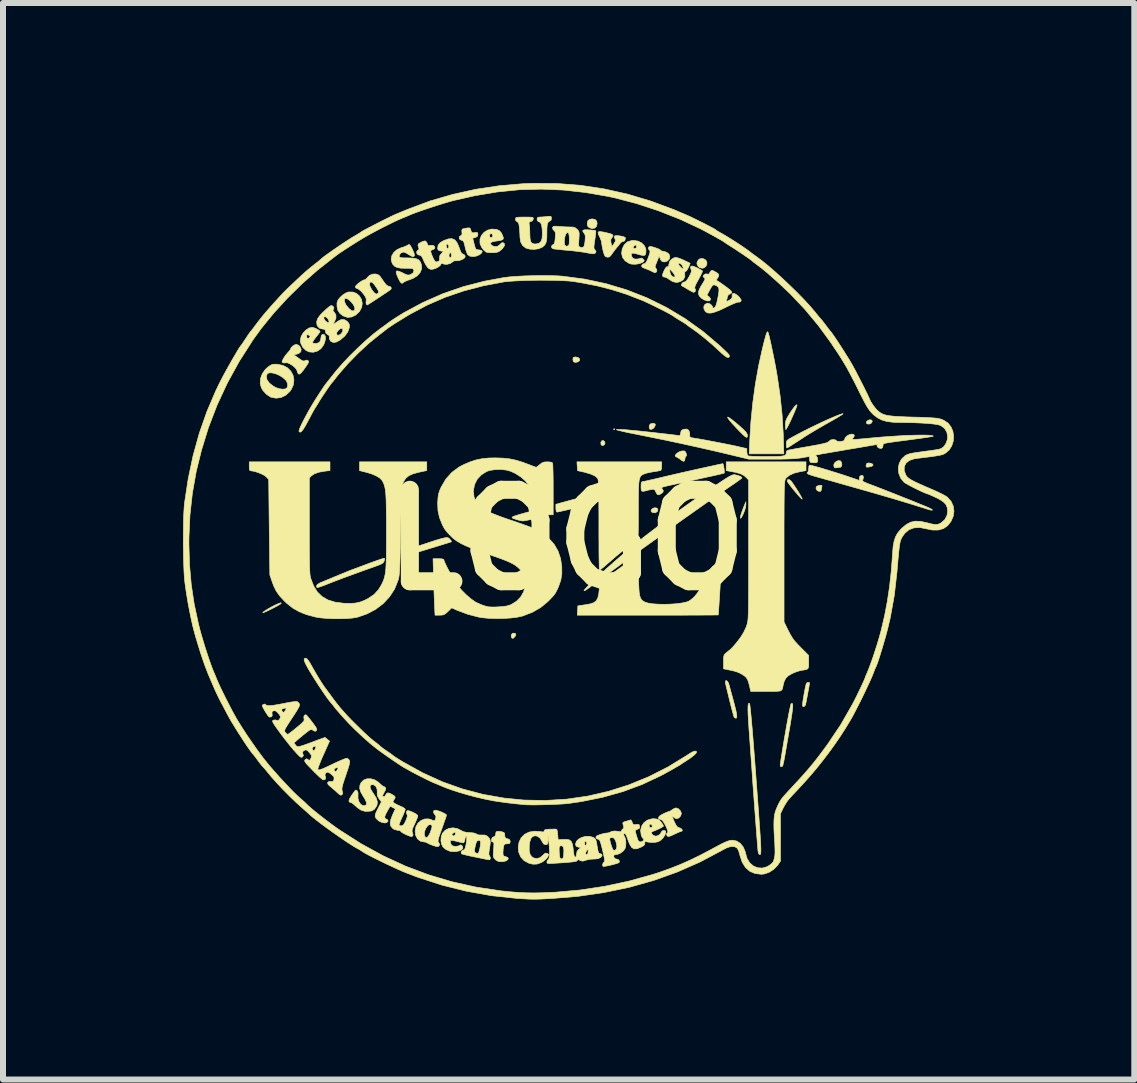
<source format=kicad_pcb>
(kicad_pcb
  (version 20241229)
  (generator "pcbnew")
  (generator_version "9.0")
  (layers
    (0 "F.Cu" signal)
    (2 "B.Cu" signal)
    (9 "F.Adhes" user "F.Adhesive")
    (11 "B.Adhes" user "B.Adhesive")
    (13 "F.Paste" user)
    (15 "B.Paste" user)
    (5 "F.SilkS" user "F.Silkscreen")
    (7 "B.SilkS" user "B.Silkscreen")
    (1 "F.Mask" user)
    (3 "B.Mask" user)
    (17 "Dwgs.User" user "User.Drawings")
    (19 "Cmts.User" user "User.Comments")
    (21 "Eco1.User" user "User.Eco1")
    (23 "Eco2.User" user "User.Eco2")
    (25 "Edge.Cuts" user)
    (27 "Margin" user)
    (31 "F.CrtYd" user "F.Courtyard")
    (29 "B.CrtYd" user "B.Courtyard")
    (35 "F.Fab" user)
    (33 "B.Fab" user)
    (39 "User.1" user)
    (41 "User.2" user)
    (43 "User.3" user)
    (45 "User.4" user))
  (footprint "LOGO"
    (layer "F.Cu")
    (at 6.393 5.947)
    (property "Reference" "LOGO" (at 0 0 0) (layer "F.SilkS") (effects (font (size 1.524 1.524) (thickness 0.3))))
    (attr through_hole)
    (fp_poly (pts (xy 0.802 -1.848) (xy 0.8 -1.839) (xy 0.792 -1.838) (xy 0.78 -1.843) (xy 0.782 -1.848) (xy 0.8 -1.85) (xy 0.802 -1.848)) (stroke (width 0.01) (type solid)) (fill yes) (layer "F.SilkS"))
    (fp_poly (pts (xy -0.852 1.561) (xy -0.846 1.583) (xy -0.861 1.611) (xy -0.888 1.639) (xy -0.91 1.639) (xy -0.921 1.621) (xy -0.923 1.585) (xy -0.905 1.56) (xy -0.883 1.554) (xy -0.852 1.561)) (stroke (width 0.01) (type solid)) (fill yes) (layer "F.SilkS"))
    (fp_poly (pts (xy 0.632 -1.639) (xy 0.64 -1.611) (xy 0.63 -1.585) (xy 0.625 -1.582) (xy 0.595 -1.57) (xy 0.577 -1.583) (xy 0.573 -1.591) (xy 0.57 -1.625) (xy 0.585 -1.65) (xy 0.609 -1.656) (xy 0.632 -1.639)) (stroke (width 0.01) (type solid)) (fill yes) (layer "F.SilkS"))
    (fp_poly (pts (xy 5.088 -1.993) (xy 5.093 -1.97) (xy 5.077 -1.945) (xy 5.047 -1.93) (xy 5.015 -1.931) (xy 4.997 -1.943) (xy 4.997 -1.967) (xy 5.017 -1.989) (xy 5.05 -2.001) (xy 5.059 -2.002) (xy 5.088 -1.993)) (stroke (width 0.01) (type solid)) (fill yes) (layer "F.SilkS"))
    (fp_poly (pts (xy 1.505 -0.529) (xy 1.521 -0.507) (xy 1.513 -0.476) (xy 1.509 -0.47) (xy 1.475 -0.45) (xy 1.433 -0.456) (xy 1.419 -0.463) (xy 1.406 -0.484) (xy 1.416 -0.508) (xy 1.443 -0.528) (xy 1.47 -0.535) (xy 1.505 -0.529)) (stroke (width 0.01) (type solid)) (fill yes) (layer "F.SilkS"))
    (fp_poly (pts (xy 5.065 -1.277) (xy 5.1 -1.263) (xy 5.107 -1.244) (xy 5.087 -1.227) (xy 5.063 -1.22) (xy 5.02 -1.212) (xy 4.998 -1.213) (xy 4.991 -1.226) (xy 4.99 -1.239) (xy 4.999 -1.27) (xy 5.027 -1.282) (xy 5.065 -1.277)) (stroke (width 0.01) (type solid)) (fill yes) (layer "F.SilkS"))
    (fp_poly (pts (xy 0.475 -5.34) (xy 0.501 -5.311) (xy 0.508 -5.272) (xy 0.497 -5.223) (xy 0.467 -5.195) (xy 0.421 -5.189) (xy 0.377 -5.203) (xy 0.351 -5.227) (xy 0.344 -5.266) (xy 0.352 -5.315) (xy 0.38 -5.341) (xy 0.426 -5.349) (xy 0.475 -5.34)) (stroke (width 0.01) (type solid)) (fill yes) (layer "F.SilkS"))
    (fp_poly (pts (xy 1.467 -1.938) (xy 1.479 -1.923) (xy 1.469 -1.888) (xy 1.446 -1.859) (xy 1.417 -1.842) (xy 1.39 -1.844) (xy 1.385 -1.848) (xy 1.375 -1.874) (xy 1.379 -1.908) (xy 1.394 -1.931) (xy 1.398 -1.933) (xy 1.437 -1.942) (xy 1.467 -1.938)) (stroke (width 0.01) (type solid)) (fill yes) (layer "F.SilkS"))
    (fp_poly (pts (xy 0.189 -3.04) (xy 0.214 -3.02) (xy 0.216 -2.993) (xy 0.209 -2.981) (xy 0.181 -2.964) (xy 0.145 -2.958) (xy 0.116 -2.967) (xy 0.115 -2.968) (xy 0.107 -2.99) (xy 0.105 -3.013) (xy 0.11 -3.039) (xy 0.133 -3.047) (xy 0.148 -3.048) (xy 0.189 -3.04)) (stroke (width 0.01) (type solid)) (fill yes) (layer "F.SilkS"))
    (fp_poly (pts (xy 4.256 -0.901) (xy 4.253 -0.879) (xy 4.246 -0.844) (xy 4.243 -0.826) (xy 4.232 -0.81) (xy 4.207 -0.808) (xy 4.179 -0.82) (xy 4.169 -0.829) (xy 4.154 -0.863) (xy 4.166 -0.891) (xy 4.201 -0.907) (xy 4.212 -0.909) (xy 4.245 -0.91) (xy 4.256 -0.901)) (stroke (width 0.01) (type solid)) (fill yes) (layer "F.SilkS"))
    (fp_poly (pts (xy 2.279 -4.685) (xy 2.318 -4.664) (xy 2.337 -4.629) (xy 2.337 -4.59) (xy 2.319 -4.555) (xy 2.286 -4.532) (xy 2.256 -4.527) (xy 2.212 -4.539) (xy 2.187 -4.565) (xy 2.171 -4.6) (xy 2.176 -4.632) (xy 2.179 -4.64) (xy 2.207 -4.678) (xy 2.247 -4.69) (xy 2.279 -4.685)) (stroke (width 0.01) (type solid)) (fill yes) (layer "F.SilkS"))
    (fp_poly (pts (xy 2.987 -0.579) (xy 2.982 -0.544) (xy 2.969 -0.497) (xy 2.95 -0.447) (xy 2.929 -0.402) (xy 2.91 -0.369) (xy 2.897 -0.359) (xy 2.895 -0.371) (xy 2.901 -0.403) (xy 2.906 -0.422) (xy 2.924 -0.475) (xy 2.946 -0.536) (xy 2.956 -0.56) (xy 2.987 -0.635) (xy 2.987 -0.579)) (stroke (width 0.01) (type solid)) (fill yes) (layer "F.SilkS"))
    (fp_poly (pts (xy 4.561 -1.317) (xy 4.566 -1.314) (xy 4.583 -1.287) (xy 4.587 -1.253) (xy 4.58 -1.224) (xy 4.562 -1.21) (xy 4.561 -1.21) (xy 4.524 -1.206) (xy 4.504 -1.202) (xy 4.475 -1.2) (xy 4.463 -1.204) (xy 4.455 -1.227) (xy 4.452 -1.25) (xy 4.465 -1.281) (xy 4.494 -1.307) (xy 4.529 -1.321) (xy 4.561 -1.317)) (stroke (width 0.01) (type solid)) (fill yes) (layer "F.SilkS"))
    (fp_poly (pts (xy -4.756 1.056) (xy -4.773 1.071) (xy -4.814 1.096) (xy -4.881 1.132) (xy -4.897 1.14) (xy -4.96 1.171) (xy -5.012 1.196) (xy -5.049 1.211) (xy -5.064 1.215) (xy -5.065 1.214) (xy -5.052 1.2) (xy -5.018 1.176) (xy -4.971 1.147) (xy -4.917 1.117) (xy -4.862 1.088) (xy -4.812 1.066) (xy -4.776 1.052) (xy -4.761 1.049) (xy -4.756 1.056)) (stroke (width 0.01) (type solid)) (fill yes) (layer "F.SilkS"))
    (fp_poly (pts (xy 0.493 -0.62) (xy 0.176 -0.541) (xy 0.082 -0.518) (xy -0.003 -0.497) (xy -0.074 -0.481) (xy -0.126 -0.469) (xy -0.156 -0.463) (xy -0.161 -0.463) (xy -0.174 -0.477) (xy -0.179 -0.518) (xy -0.179 -0.528) (xy -0.179 -0.593) (xy -0.086 -0.619) (xy -0.039 -0.632) (xy 0.03 -0.651) (xy 0.112 -0.673) (xy 0.201 -0.697) (xy 0.25 -0.71) (xy 0.493 -0.774) (xy 0.493 -0.62)) (stroke (width 0.01) (type solid)) (fill yes) (layer "F.SilkS"))
    (fp_poly (pts (xy 2.697 -2.043) (xy 2.731 -2.021) (xy 2.784 -1.98) (xy 2.855 -1.921) (xy 2.938 -1.848) (xy 2.988 -1.797) (xy 3.012 -1.756) (xy 3.012 -1.721) (xy 3.008 -1.712) (xy 2.998 -1.708) (xy 2.978 -1.719) (xy 2.946 -1.746) (xy 2.899 -1.792) (xy 2.835 -1.858) (xy 2.829 -1.865) (xy 2.76 -1.939) (xy 2.713 -1.994) (xy 2.687 -2.03) (xy 2.682 -2.046) (xy 2.697 -2.043)) (stroke (width 0.01) (type solid)) (fill yes) (layer "F.SilkS"))
    (fp_poly (pts (xy 1.962 -1.482) (xy 1.981 -1.466) (xy 1.992 -1.443) (xy 1.999 -1.408) (xy 1.991 -1.393) (xy 1.989 -1.393) (xy 1.976 -1.375) (xy 1.972 -1.352) (xy 1.966 -1.317) (xy 1.946 -1.309) (xy 1.912 -1.327) (xy 1.903 -1.335) (xy 1.867 -1.361) (xy 1.836 -1.378) (xy 1.834 -1.379) (xy 1.812 -1.393) (xy 1.808 -1.401) (xy 1.821 -1.426) (xy 1.852 -1.453) (xy 1.892 -1.474) (xy 1.926 -1.482) (xy 1.962 -1.482)) (stroke (width 0.01) (type solid)) (fill yes) (layer "F.SilkS"))
    (fp_poly (pts (xy 3.735 -0.986) (xy 3.74 -0.981) (xy 3.765 -0.948) (xy 3.796 -0.902) (xy 3.831 -0.849) (xy 3.865 -0.795) (xy 3.894 -0.745) (xy 3.916 -0.705) (xy 3.926 -0.682) (xy 3.926 -0.679) (xy 3.914 -0.686) (xy 3.887 -0.713) (xy 3.849 -0.756) (xy 3.804 -0.809) (xy 3.797 -0.817) (xy 3.751 -0.873) (xy 3.713 -0.923) (xy 3.687 -0.96) (xy 3.676 -0.98) (xy 3.676 -0.981) (xy 3.684 -1.005) (xy 3.706 -1.006) (xy 3.735 -0.986)) (stroke (width 0.01) (type solid)) (fill yes) (layer "F.SilkS"))
    (fp_poly (pts (xy 3.84 -2.246) (xy 3.834 -2.223) (xy 3.818 -2.181) (xy 3.795 -2.125) (xy 3.767 -2.062) (xy 3.738 -1.997) (xy 3.709 -1.936) (xy 3.683 -1.886) (xy 3.664 -1.851) (xy 3.653 -1.838) (xy 3.653 -1.838) (xy 3.649 -1.851) (xy 3.646 -1.885) (xy 3.646 -1.911) (xy 3.647 -1.95) (xy 3.653 -1.984) (xy 3.667 -2.019) (xy 3.691 -2.062) (xy 3.728 -2.122) (xy 3.738 -2.137) (xy 3.775 -2.19) (xy 3.806 -2.229) (xy 3.829 -2.25) (xy 3.839 -2.25) (xy 3.84 -2.246)) (stroke (width 0.01) (type solid)) (fill yes) (layer "F.SilkS"))
    (fp_poly (pts (xy -1.976 -0.035) (xy -1.962 -0.027) (xy -1.95 -0.015) (xy -1.944 -0.009) (xy -1.922 0.018) (xy -1.922 0.032) (xy -1.929 0.036) (xy -1.95 0.042) (xy -1.994 0.056) (xy -2.056 0.075) (xy -2.13 0.098) (xy -2.174 0.111) (xy -2.268 0.14) (xy -2.369 0.171) (xy -2.464 0.2) (xy -2.544 0.226) (xy -2.559 0.23) (xy -2.719 0.281) (xy -2.719 0.183) (xy -2.394 0.077) (xy -2.276 0.038) (xy -2.184 0.008) (xy -2.112 -0.014) (xy -2.059 -0.028) (xy -2.021 -0.036) (xy -1.995 -0.038) (xy -1.976 -0.035)) (stroke (width 0.01) (type solid)) (fill yes) (layer "F.SilkS"))
    (fp_poly (pts (xy 4.044 2.378) (xy 4.049 2.381) (xy 4.046 2.399) (xy 4.04 2.44) (xy 4.03 2.496) (xy 4.018 2.56) (xy 4.006 2.625) (xy 3.995 2.683) (xy 3.986 2.728) (xy 3.981 2.752) (xy 3.98 2.753) (xy 3.962 2.775) (xy 3.949 2.779) (xy 3.935 2.774) (xy 3.931 2.754) (xy 3.934 2.713) (xy 3.935 2.708) (xy 3.942 2.659) (xy 3.953 2.594) (xy 3.965 2.523) (xy 3.969 2.506) (xy 3.981 2.443) (xy 3.992 2.403) (xy 4.003 2.383) (xy 4.017 2.376) (xy 4.021 2.376) (xy 4.044 2.378)) (stroke (width 0.01) (type solid)) (fill yes) (layer "F.SilkS"))
    (fp_poly (pts (xy -0.46 -0.495) (xy -0.445 -0.465) (xy -0.433 -0.429) (xy -0.427 -0.399) (xy -0.429 -0.388) (xy -0.45 -0.379) (xy -0.492 -0.366) (xy -0.547 -0.352) (xy -0.607 -0.337) (xy -0.664 -0.325) (xy -0.71 -0.317) (xy -0.735 -0.315) (xy -0.77 -0.321) (xy -0.818 -0.333) (xy -0.84 -0.34) (xy -0.876 -0.352) (xy -0.9 -0.362) (xy -0.91 -0.371) (xy -0.905 -0.381) (xy -0.881 -0.393) (xy -0.836 -0.408) (xy -0.769 -0.428) (xy -0.677 -0.454) (xy -0.617 -0.47) (xy -0.557 -0.486) (xy -0.509 -0.499) (xy -0.478 -0.507) (xy -0.472 -0.508) (xy -0.46 -0.495)) (stroke (width 0.01) (type solid)) (fill yes) (layer "F.SilkS"))
    (fp_poly (pts (xy 2.685 2.363) (xy 2.702 2.397) (xy 2.705 2.409) (xy 2.716 2.448) (xy 2.732 2.508) (xy 2.752 2.581) (xy 2.773 2.658) (xy 2.774 2.66) (xy 2.802 2.767) (xy 2.822 2.848) (xy 2.833 2.907) (xy 2.836 2.945) (xy 2.832 2.967) (xy 2.82 2.973) (xy 2.819 2.973) (xy 2.796 2.961) (xy 2.788 2.947) (xy 2.777 2.908) (xy 2.761 2.85) (xy 2.742 2.778) (xy 2.722 2.699) (xy 2.702 2.617) (xy 2.683 2.539) (xy 2.666 2.47) (xy 2.653 2.415) (xy 2.646 2.381) (xy 2.645 2.372) (xy 2.651 2.347) (xy 2.666 2.346) (xy 2.685 2.363)) (stroke (width 0.01) (type solid)) (fill yes) (layer "F.SilkS"))
    (fp_poly (pts (xy 3.354 -3.464) (xy 3.362 -3.445) (xy 3.374 -3.401) (xy 3.389 -3.337) (xy 3.407 -3.257) (xy 3.426 -3.165) (xy 3.447 -3.067) (xy 3.467 -2.965) (xy 3.486 -2.866) (xy 3.502 -2.772) (xy 3.51 -2.727) (xy 3.558 -2.399) (xy 3.591 -2.083) (xy 3.61 -1.765) (xy 3.611 -1.714) (xy 3.62 -1.434) (xy 3.043 -1.434) (xy 3.053 -1.677) (xy 3.072 -1.979) (xy 3.103 -2.289) (xy 3.146 -2.6) (xy 3.2 -2.903) (xy 3.263 -3.188) (xy 3.287 -3.286) (xy 3.308 -3.364) (xy 3.323 -3.417) (xy 3.335 -3.45) (xy 3.343 -3.465) (xy 3.35 -3.467) (xy 3.354 -3.464)) (stroke (width 0.01) (type solid)) (fill yes) (layer "F.SilkS"))
    (fp_poly (pts (xy 3.761 2.727) (xy 3.766 2.737) (xy 3.769 2.758) (xy 3.767 2.793) (xy 3.762 2.843) (xy 3.753 2.911) (xy 3.739 3) (xy 3.721 3.112) (xy 3.697 3.248) (xy 3.669 3.411) (xy 3.669 3.414) (xy 3.649 3.527) (xy 3.634 3.614) (xy 3.622 3.678) (xy 3.612 3.723) (xy 3.605 3.753) (xy 3.598 3.77) (xy 3.59 3.778) (xy 3.582 3.78) (xy 3.576 3.78) (xy 3.562 3.774) (xy 3.559 3.749) (xy 3.562 3.724) (xy 3.581 3.6) (xy 3.602 3.472) (xy 3.623 3.344) (xy 3.645 3.219) (xy 3.665 3.102) (xy 3.685 2.994) (xy 3.702 2.901) (xy 3.718 2.824) (xy 3.73 2.769) (xy 3.738 2.737) (xy 3.741 2.731) (xy 3.752 2.726) (xy 3.761 2.727)) (stroke (width 0.01) (type solid)) (fill yes) (layer "F.SilkS"))
    (fp_poly (pts (xy 4.6 -2.094) (xy 4.57 -2.074) (xy 4.522 -2.045) (xy 4.46 -2.008) (xy 4.414 -1.982) (xy 4.314 -1.926) (xy 4.214 -1.868) (xy 4.119 -1.812) (xy 4.035 -1.762) (xy 3.969 -1.72) (xy 3.944 -1.704) (xy 3.921 -1.688) (xy 3.88 -1.662) (xy 3.829 -1.629) (xy 3.776 -1.595) (xy 3.728 -1.564) (xy 3.693 -1.542) (xy 3.679 -1.534) (xy 3.667 -1.534) (xy 3.662 -1.558) (xy 3.661 -1.589) (xy 3.662 -1.624) (xy 3.668 -1.648) (xy 3.687 -1.668) (xy 3.722 -1.69) (xy 3.754 -1.708) (xy 3.841 -1.755) (xy 3.937 -1.805) (xy 4.039 -1.857) (xy 4.143 -1.907) (xy 4.245 -1.956) (xy 4.341 -2) (xy 4.428 -2.038) (xy 4.502 -2.069) (xy 4.56 -2.091) (xy 4.596 -2.102) (xy 4.607 -2.103) (xy 4.6 -2.094)) (stroke (width 0.01) (type solid)) (fill yes) (layer "F.SilkS"))
    (fp_poly (pts (xy 2.109 -4.561) (xy 2.164 -4.539) (xy 2.174 -4.534) (xy 2.219 -4.51) (xy 2.252 -4.491) (xy 2.264 -4.481) (xy 2.26 -4.465) (xy 2.244 -4.429) (xy 2.218 -4.378) (xy 2.197 -4.339) (xy 2.161 -4.274) (xy 2.141 -4.229) (xy 2.135 -4.201) (xy 2.139 -4.188) (xy 2.148 -4.161) (xy 2.14 -4.136) (xy 2.119 -4.125) (xy 2.118 -4.125) (xy 2.096 -4.133) (xy 2.058 -4.153) (xy 2.017 -4.177) (xy 1.973 -4.204) (xy 1.938 -4.224) (xy 1.922 -4.232) (xy 1.912 -4.247) (xy 1.92 -4.27) (xy 1.939 -4.29) (xy 1.959 -4.297) (xy 1.982 -4.304) (xy 2.007 -4.33) (xy 2.038 -4.38) (xy 2.04 -4.384) (xy 2.066 -4.434) (xy 2.078 -4.467) (xy 2.078 -4.492) (xy 2.073 -4.507) (xy 2.063 -4.545) (xy 2.075 -4.562) (xy 2.109 -4.561)) (stroke (width 0.01) (type solid)) (fill yes) (layer "F.SilkS"))
    (fp_poly (pts (xy -3.562 -4.13) (xy -3.5 -4.106) (xy -3.452 -4.063) (xy -3.419 -4.007) (xy -3.406 -3.943) (xy -3.415 -3.876) (xy -3.449 -3.811) (xy -3.454 -3.804) (xy -3.516 -3.746) (xy -3.585 -3.714) (xy -3.654 -3.708) (xy -3.721 -3.731) (xy -3.73 -3.736) (xy -3.782 -3.778) (xy -3.813 -3.826) (xy -3.826 -3.889) (xy -3.827 -3.949) (xy -3.812 -3.991) (xy -3.805 -4.002) (xy -3.705 -4.002) (xy -3.7 -3.965) (xy -3.68 -3.921) (xy -3.672 -3.909) (xy -3.629 -3.857) (xy -3.59 -3.824) (xy -3.558 -3.814) (xy -3.536 -3.827) (xy -3.529 -3.848) (xy -3.535 -3.883) (xy -3.557 -3.924) (xy -3.59 -3.965) (xy -3.627 -4) (xy -3.663 -4.022) (xy -3.691 -4.025) (xy -3.694 -4.024) (xy -3.705 -4.002) (xy -3.805 -4.002) (xy -3.778 -4.038) (xy -3.731 -4.082) (xy -3.678 -4.115) (xy -3.634 -4.131) (xy -3.562 -4.13)) (stroke (width 0.01) (type solid)) (fill yes) (layer "F.SilkS"))
    (fp_poly (pts (xy -3.034 0.325) (xy -3.042 0.355) (xy -3.053 0.376) (xy -3.072 0.393) (xy -3.107 0.411) (xy -3.162 0.432) (xy -3.198 0.445) (xy -3.387 0.512) (xy -3.563 0.576) (xy -3.721 0.634) (xy -3.858 0.686) (xy -3.97 0.73) (xy -3.977 0.733) (xy -4.044 0.759) (xy -4.1 0.779) (xy -4.141 0.792) (xy -4.16 0.796) (xy -4.16 0.795) (xy -4.17 0.769) (xy -4.152 0.742) (xy -4.108 0.716) (xy -4.098 0.711) (xy -4.057 0.695) (xy -3.997 0.67) (xy -3.924 0.64) (xy -3.846 0.607) (xy -3.832 0.602) (xy -3.757 0.57) (xy -3.687 0.542) (xy -3.63 0.518) (xy -3.591 0.503) (xy -3.586 0.501) (xy -3.555 0.49) (xy -3.501 0.47) (xy -3.432 0.444) (xy -3.352 0.414) (xy -3.288 0.39) (xy -3.208 0.361) (xy -3.139 0.337) (xy -3.083 0.318) (xy -3.047 0.308) (xy -3.035 0.307) (xy -3.034 0.325)) (stroke (width 0.01) (type solid)) (fill yes) (layer "F.SilkS"))
    (fp_poly (pts (xy -4.469 -3.245) (xy -4.446 -3.224) (xy -4.424 -3.175) (xy -4.43 -3.135) (xy -4.464 -3.106) (xy -4.498 -3.095) (xy -4.548 -3.085) (xy -4.467 -3.027) (xy -4.422 -2.996) (xy -4.393 -2.982) (xy -4.372 -2.981) (xy -4.359 -2.987) (xy -4.33 -2.997) (xy -4.31 -2.988) (xy -4.3 -2.974) (xy -4.304 -2.953) (xy -4.324 -2.918) (xy -4.336 -2.901) (xy -4.382 -2.835) (xy -4.416 -2.792) (xy -4.441 -2.768) (xy -4.459 -2.762) (xy -4.469 -2.765) (xy -4.486 -2.789) (xy -4.49 -2.811) (xy -4.502 -2.841) (xy -4.533 -2.877) (xy -4.576 -2.911) (xy -4.62 -2.938) (xy -4.658 -2.952) (xy -4.672 -2.951) (xy -4.708 -2.949) (xy -4.727 -2.952) (xy -4.74 -2.961) (xy -4.74 -2.978) (xy -4.725 -3.012) (xy -4.722 -3.018) (xy -4.691 -3.067) (xy -4.652 -3.114) (xy -4.647 -3.12) (xy -4.619 -3.151) (xy -4.603 -3.174) (xy -4.602 -3.179) (xy -4.59 -3.205) (xy -4.561 -3.233) (xy -4.526 -3.253) (xy -4.505 -3.257) (xy -4.469 -3.245)) (stroke (width 0.01) (type solid)) (fill yes) (layer "F.SilkS"))
    (fp_poly (pts (xy -4.818 -2.926) (xy -4.727 -2.907) (xy -4.653 -2.868) (xy -4.596 -2.811) (xy -4.559 -2.742) (xy -4.545 -2.665) (xy -4.554 -2.584) (xy -4.59 -2.505) (xy -4.613 -2.473) (xy -4.68 -2.411) (xy -4.758 -2.373) (xy -4.84 -2.361) (xy -4.921 -2.376) (xy -4.936 -2.382) (xy -5.002 -2.425) (xy -5.06 -2.488) (xy -5.087 -2.534) (xy -5.107 -2.608) (xy -5.101 -2.688) (xy -5.091 -2.716) (xy -5.005 -2.716) (xy -4.992 -2.665) (xy -4.955 -2.614) (xy -4.894 -2.566) (xy -4.85 -2.54) (xy -4.792 -2.519) (xy -4.736 -2.511) (xy -4.688 -2.515) (xy -4.665 -2.528) (xy -4.648 -2.563) (xy -4.652 -2.609) (xy -4.674 -2.654) (xy -4.681 -2.663) (xy -4.731 -2.707) (xy -4.79 -2.743) (xy -4.852 -2.769) (xy -4.909 -2.783) (xy -4.957 -2.784) (xy -4.988 -2.768) (xy -4.991 -2.764) (xy -5.005 -2.716) (xy -5.091 -2.716) (xy -5.072 -2.768) (xy -5.022 -2.839) (xy -4.976 -2.881) (xy -4.936 -2.909) (xy -4.903 -2.924) (xy -4.864 -2.928) (xy -4.818 -2.926)) (stroke (width 0.01) (type solid)) (fill yes) (layer "F.SilkS"))
    (fp_poly (pts (xy 1.19 -4.979) (xy 1.251 -4.948) (xy 1.297 -4.901) (xy 1.321 -4.844) (xy 1.321 -4.788) (xy 1.315 -4.76) (xy 1.304 -4.744) (xy 1.283 -4.739) (xy 1.247 -4.744) (xy 1.19 -4.759) (xy 1.162 -4.767) (xy 1.111 -4.778) (xy 1.084 -4.775) (xy 1.077 -4.755) (xy 1.084 -4.725) (xy 1.104 -4.693) (xy 1.139 -4.68) (xy 1.146 -4.679) (xy 1.189 -4.681) (xy 1.223 -4.69) (xy 1.25 -4.697) (xy 1.276 -4.678) (xy 1.277 -4.677) (xy 1.293 -4.656) (xy 1.288 -4.642) (xy 1.263 -4.623) (xy 1.212 -4.603) (xy 1.148 -4.593) (xy 1.084 -4.595) (xy 1.043 -4.606) (xy 0.974 -4.651) (xy 0.931 -4.709) (xy 0.916 -4.777) (xy 0.927 -4.85) (xy 0.938 -4.872) (xy 1.107 -4.872) (xy 1.117 -4.858) (xy 1.136 -4.856) (xy 1.161 -4.866) (xy 1.165 -4.886) (xy 1.159 -4.912) (xy 1.14 -4.911) (xy 1.124 -4.898) (xy 1.107 -4.872) (xy 0.938 -4.872) (xy 0.962 -4.921) (xy 1.014 -4.967) (xy 1.083 -4.988) (xy 1.116 -4.99) (xy 1.19 -4.979)) (stroke (width 0.01) (type solid)) (fill yes) (layer "F.SilkS"))
    (fp_poly (pts (xy -1.617 -5.198) (xy -1.604 -5.186) (xy -1.596 -5.159) (xy -1.595 -5.156) (xy -1.584 -5.127) (xy -1.566 -5.117) (xy -1.531 -5.12) (xy -1.497 -5.124) (xy -1.482 -5.116) (xy -1.479 -5.091) (xy -1.479 -5.09) (xy -1.487 -5.059) (xy -1.514 -5.042) (xy -1.522 -5.039) (xy -1.565 -5.028) (xy -1.541 -4.931) (xy -1.527 -4.879) (xy -1.516 -4.85) (xy -1.501 -4.837) (xy -1.478 -4.834) (xy -1.465 -4.833) (xy -1.423 -4.826) (xy -1.406 -4.807) (xy -1.417 -4.78) (xy -1.452 -4.752) (xy -1.508 -4.728) (xy -1.565 -4.721) (xy -1.615 -4.729) (xy -1.649 -4.753) (xy -1.65 -4.755) (xy -1.666 -4.79) (xy -1.682 -4.839) (xy -1.688 -4.863) (xy -1.702 -4.924) (xy -1.713 -4.961) (xy -1.724 -4.981) (xy -1.739 -4.99) (xy -1.753 -4.993) (xy -1.78 -5.007) (xy -1.791 -5.033) (xy -1.784 -5.057) (xy -1.767 -5.068) (xy -1.748 -5.08) (xy -1.743 -5.107) (xy -1.745 -5.129) (xy -1.747 -5.162) (xy -1.738 -5.179) (xy -1.71 -5.188) (xy -1.69 -5.192) (xy -1.643 -5.199) (xy -1.617 -5.198)) (stroke (width 0.01) (type solid)) (fill yes) (layer "F.SilkS"))
    (fp_poly (pts (xy 0.617 -5.129) (xy 0.673 -5.116) (xy 0.733 -5.101) (xy 0.765 -5.086) (xy 0.774 -5.068) (xy 0.762 -5.044) (xy 0.752 -5.033) (xy 0.737 -5.007) (xy 0.736 -4.974) (xy 0.741 -4.946) (xy 0.755 -4.886) (xy 0.789 -4.937) (xy 0.81 -4.972) (xy 0.814 -4.996) (xy 0.804 -5.018) (xy 0.792 -5.05) (xy 0.805 -5.068) (xy 0.843 -5.071) (xy 0.902 -5.063) (xy 0.952 -5.051) (xy 0.976 -5.039) (xy 0.979 -5.024) (xy 0.979 -5.024) (xy 0.972 -4.996) (xy 0.971 -4.989) (xy 0.959 -4.978) (xy 0.943 -4.975) (xy 0.914 -4.964) (xy 0.892 -4.942) (xy 0.863 -4.903) (xy 0.841 -4.878) (xy 0.817 -4.849) (xy 0.785 -4.806) (xy 0.764 -4.777) (xy 0.734 -4.736) (xy 0.71 -4.715) (xy 0.684 -4.711) (xy 0.655 -4.717) (xy 0.636 -4.734) (xy 0.618 -4.779) (xy 0.606 -4.826) (xy 0.594 -4.882) (xy 0.586 -4.929) (xy 0.583 -4.957) (xy 0.576 -4.987) (xy 0.56 -5.028) (xy 0.553 -5.043) (xy 0.531 -5.089) (xy 0.523 -5.119) (xy 0.533 -5.135) (xy 0.563 -5.137) (xy 0.617 -5.129)) (stroke (width 0.01) (type solid)) (fill yes) (layer "F.SilkS"))
    (fp_poly (pts (xy -1.116 4.858) (xy -1.078 4.865) (xy -1.045 4.876) (xy -1.033 4.897) (xy -1.031 4.923) (xy -1.027 4.958) (xy -1.009 4.974) (xy -0.986 4.981) (xy -0.953 4.993) (xy -0.942 5.016) (xy -0.941 5.027) (xy -0.945 5.053) (xy -0.963 5.063) (xy -0.992 5.065) (xy -1.027 5.069) (xy -1.044 5.085) (xy -1.051 5.112) (xy -1.058 5.16) (xy -1.061 5.213) (xy -1.061 5.214) (xy -1.058 5.252) (xy -1.045 5.27) (xy -1.016 5.279) (xy -0.982 5.293) (xy -0.972 5.313) (xy -0.984 5.333) (xy -1.014 5.351) (xy -1.059 5.362) (xy -1.085 5.364) (xy -1.137 5.359) (xy -1.175 5.339) (xy -1.19 5.326) (xy -1.208 5.306) (xy -1.219 5.286) (xy -1.223 5.259) (xy -1.221 5.216) (xy -1.217 5.162) (xy -1.213 5.1) (xy -1.212 5.062) (xy -1.216 5.043) (xy -1.225 5.036) (xy -1.232 5.035) (xy -1.25 5.027) (xy -1.253 4.998) (xy -1.252 4.994) (xy -1.241 4.963) (xy -1.225 4.953) (xy -1.195 4.941) (xy -1.181 4.904) (xy -1.181 4.889) (xy -1.175 4.867) (xy -1.155 4.857) (xy -1.116 4.858)) (stroke (width 0.01) (type solid)) (fill yes) (layer "F.SilkS"))
    (fp_poly (pts (xy -4.213 -3.535) (xy -4.173 -3.519) (xy -4.136 -3.499) (xy -4.113 -3.48) (xy -4.109 -3.472) (xy -4.118 -3.456) (xy -4.141 -3.424) (xy -4.174 -3.383) (xy -4.176 -3.38) (xy -4.208 -3.338) (xy -4.229 -3.305) (xy -4.235 -3.286) (xy -4.235 -3.285) (xy -4.213 -3.274) (xy -4.176 -3.273) (xy -4.139 -3.282) (xy -4.117 -3.296) (xy -4.101 -3.327) (xy -4.094 -3.368) (xy -4.094 -3.369) (xy -4.088 -3.407) (xy -4.069 -3.424) (xy -4.065 -3.426) (xy -4.038 -3.421) (xy -4.022 -3.395) (xy -4.019 -3.353) (xy -4.03 -3.299) (xy -4.049 -3.25) (xy -4.093 -3.188) (xy -4.152 -3.147) (xy -4.219 -3.127) (xy -4.288 -3.132) (xy -4.344 -3.157) (xy -4.396 -3.208) (xy -4.429 -3.272) (xy -4.438 -3.327) (xy -4.425 -3.387) (xy -4.421 -3.394) (xy -4.333 -3.394) (xy -4.326 -3.362) (xy -4.308 -3.356) (xy -4.289 -3.369) (xy -4.274 -3.389) (xy -4.281 -3.402) (xy -4.288 -3.407) (xy -4.318 -3.42) (xy -4.331 -3.41) (xy -4.333 -3.394) (xy -4.421 -3.394) (xy -4.393 -3.446) (xy -4.347 -3.495) (xy -4.294 -3.53) (xy -4.245 -3.541) (xy -4.213 -3.535)) (stroke (width 0.01) (type solid)) (fill yes) (layer "F.SilkS"))
    (fp_poly (pts (xy 1.861 4.48) (xy 1.894 4.512) (xy 1.911 4.551) (xy 1.912 4.562) (xy 1.9 4.601) (xy 1.871 4.633) (xy 1.835 4.647) (xy 1.834 4.647) (xy 1.804 4.637) (xy 1.787 4.623) (xy 1.768 4.61) (xy 1.765 4.622) (xy 1.778 4.659) (xy 1.802 4.713) (xy 1.827 4.761) (xy 1.85 4.788) (xy 1.875 4.798) (xy 1.88 4.799) (xy 1.905 4.809) (xy 1.923 4.828) (xy 1.929 4.846) (xy 1.917 4.856) (xy 1.914 4.856) (xy 1.893 4.862) (xy 1.854 4.878) (xy 1.806 4.901) (xy 1.805 4.901) (xy 1.747 4.928) (xy 1.708 4.942) (xy 1.685 4.942) (xy 1.672 4.93) (xy 1.667 4.92) (xy 1.665 4.896) (xy 1.673 4.889) (xy 1.686 4.876) (xy 1.685 4.848) (xy 1.668 4.802) (xy 1.644 4.752) (xy 1.612 4.697) (xy 1.585 4.667) (xy 1.566 4.659) (xy 1.534 4.648) (xy 1.529 4.628) (xy 1.549 4.602) (xy 1.595 4.573) (xy 1.606 4.568) (xy 1.652 4.546) (xy 1.689 4.532) (xy 1.705 4.527) (xy 1.727 4.519) (xy 1.758 4.498) (xy 1.759 4.497) (xy 1.794 4.476) (xy 1.825 4.467) (xy 1.861 4.48)) (stroke (width 0.01) (type solid)) (fill yes) (layer "F.SilkS"))
    (fp_poly (pts (xy -1.175 -5.174) (xy -1.158 -5.17) (xy -1.119 -5.151) (xy -1.091 -5.12) (xy -1.073 -5.084) (xy -1.056 -5.042) (xy -1.056 -5.015) (xy -1.074 -4.999) (xy -1.116 -4.988) (xy -1.159 -4.982) (xy -1.207 -4.974) (xy -1.245 -4.964) (xy -1.256 -4.959) (xy -1.269 -4.94) (xy -1.259 -4.917) (xy -1.231 -4.898) (xy -1.194 -4.888) (xy -1.152 -4.891) (xy -1.121 -4.913) (xy -1.112 -4.922) (xy -1.08 -4.951) (xy -1.056 -4.952) (xy -1.034 -4.932) (xy -1.038 -4.9) (xy -1.067 -4.858) (xy -1.083 -4.841) (xy -1.119 -4.811) (xy -1.153 -4.795) (xy -1.2 -4.787) (xy -1.221 -4.786) (xy -1.275 -4.786) (xy -1.32 -4.79) (xy -1.339 -4.795) (xy -1.377 -4.824) (xy -1.413 -4.87) (xy -1.438 -4.924) (xy -1.444 -4.943) (xy -1.444 -5.012) (xy -1.426 -5.057) (xy -1.284 -5.057) (xy -1.272 -5.039) (xy -1.26 -5.038) (xy -1.236 -5.05) (xy -1.23 -5.058) (xy -1.233 -5.083) (xy -1.249 -5.102) (xy -1.268 -5.104) (xy -1.268 -5.103) (xy -1.283 -5.083) (xy -1.284 -5.057) (xy -1.426 -5.057) (xy -1.419 -5.074) (xy -1.375 -5.126) (xy -1.316 -5.162) (xy -1.248 -5.18) (xy -1.175 -5.174)) (stroke (width 0.01) (type solid)) (fill yes) (layer "F.SilkS"))
    (fp_poly (pts (xy 1.412 -4.888) (xy 1.459 -4.875) (xy 1.476 -4.869) (xy 1.524 -4.852) (xy 1.557 -4.835) (xy 1.569 -4.825) (xy 1.581 -4.814) (xy 1.6 -4.811) (xy 1.642 -4.802) (xy 1.684 -4.781) (xy 1.707 -4.76) (xy 1.72 -4.718) (xy 1.709 -4.677) (xy 1.678 -4.646) (xy 1.633 -4.632) (xy 1.627 -4.632) (xy 1.593 -4.638) (xy 1.571 -4.661) (xy 1.562 -4.68) (xy 1.541 -4.729) (xy 1.527 -4.692) (xy 1.511 -4.652) (xy 1.492 -4.605) (xy 1.49 -4.6) (xy 1.476 -4.563) (xy 1.476 -4.541) (xy 1.49 -4.523) (xy 1.49 -4.523) (xy 1.504 -4.495) (xy 1.5 -4.468) (xy 1.481 -4.453) (xy 1.476 -4.453) (xy 1.45 -4.46) (xy 1.419 -4.475) (xy 1.382 -4.493) (xy 1.333 -4.513) (xy 1.313 -4.52) (xy 1.271 -4.537) (xy 1.252 -4.552) (xy 1.251 -4.572) (xy 1.251 -4.573) (xy 1.271 -4.597) (xy 1.29 -4.602) (xy 1.309 -4.608) (xy 1.327 -4.628) (xy 1.346 -4.668) (xy 1.361 -4.706) (xy 1.381 -4.762) (xy 1.39 -4.796) (xy 1.388 -4.817) (xy 1.38 -4.828) (xy 1.362 -4.85) (xy 1.367 -4.874) (xy 1.372 -4.882) (xy 1.385 -4.89) (xy 1.412 -4.888)) (stroke (width 0.01) (type solid)) (fill yes) (layer "F.SilkS"))
    (fp_poly (pts (xy 3.045 2.725) (xy 3.049 2.729) (xy 3.053 2.747) (xy 3.059 2.791) (xy 3.066 2.86) (xy 3.075 2.951) (xy 3.085 3.06) (xy 3.096 3.187) (xy 3.107 3.327) (xy 3.119 3.478) (xy 3.13 3.617) (xy 3.149 3.872) (xy 3.166 4.099) (xy 3.181 4.3) (xy 3.194 4.476) (xy 3.205 4.628) (xy 3.214 4.759) (xy 3.222 4.87) (xy 3.228 4.962) (xy 3.232 5.038) (xy 3.235 5.099) (xy 3.237 5.147) (xy 3.237 5.183) (xy 3.236 5.209) (xy 3.235 5.226) (xy 3.232 5.237) (xy 3.228 5.242) (xy 3.223 5.244) (xy 3.217 5.244) (xy 3.213 5.244) (xy 3.201 5.231) (xy 3.192 5.2) (xy 3.191 5.196) (xy 3.188 5.172) (xy 3.184 5.122) (xy 3.178 5.046) (xy 3.17 4.949) (xy 3.161 4.833) (xy 3.151 4.7) (xy 3.14 4.552) (xy 3.128 4.393) (xy 3.116 4.226) (xy 3.103 4.052) (xy 3.091 3.874) (xy 3.078 3.695) (xy 3.065 3.518) (xy 3.053 3.345) (xy 3.041 3.179) (xy 3.038 3.137) (xy 3.03 3.007) (xy 3.024 2.904) (xy 3.022 2.827) (xy 3.023 2.773) (xy 3.027 2.739) (xy 3.034 2.724) (xy 3.045 2.725)) (stroke (width 0.01) (type solid)) (fill yes) (layer "F.SilkS"))
    (fp_poly (pts (xy -3.132 -4.414) (xy -3.112 -4.395) (xy -3.093 -4.369) (xy -3.065 -4.329) (xy -3.045 -4.299) (xy -3.008 -4.252) (xy -2.977 -4.23) (xy -2.965 -4.228) (xy -2.935 -4.219) (xy -2.921 -4.197) (xy -2.93 -4.174) (xy -2.933 -4.171) (xy -2.953 -4.157) (xy -2.991 -4.131) (xy -3.042 -4.097) (xy -3.1 -4.058) (xy -3.161 -4.018) (xy -3.219 -3.98) (xy -3.269 -3.948) (xy -3.305 -3.925) (xy -3.323 -3.915) (xy -3.324 -3.915) (xy -3.336 -3.925) (xy -3.34 -3.93) (xy -3.344 -3.955) (xy -3.34 -3.986) (xy -3.34 -4.016) (xy -3.353 -4.05) (xy -3.385 -4.096) (xy -3.388 -4.101) (xy -3.424 -4.142) (xy -3.46 -4.173) (xy -3.481 -4.184) (xy -3.511 -4.198) (xy -3.522 -4.214) (xy -3.513 -4.234) (xy -3.485 -4.262) (xy -3.475 -4.271) (xy -3.286 -4.271) (xy -3.279 -4.23) (xy -3.251 -4.176) (xy -3.24 -4.16) (xy -3.204 -4.116) (xy -3.176 -4.097) (xy -3.153 -4.101) (xy -3.14 -4.114) (xy -3.134 -4.133) (xy -3.144 -4.162) (xy -3.168 -4.202) (xy -3.208 -4.259) (xy -3.239 -4.29) (xy -3.262 -4.299) (xy -3.271 -4.296) (xy -3.286 -4.271) (xy -3.475 -4.271) (xy -3.448 -4.292) (xy -3.41 -4.317) (xy -3.378 -4.332) (xy -3.37 -4.333) (xy -3.346 -4.344) (xy -3.324 -4.369) (xy -3.284 -4.408) (xy -3.233 -4.429) (xy -3.179 -4.431) (xy -3.132 -4.414)) (stroke (width 0.01) (type solid)) (fill yes) (layer "F.SilkS"))
    (fp_poly (pts (xy 1.852 -4.7) (xy 1.902 -4.683) (xy 1.957 -4.659) (xy 1.96 -4.657) (xy 2.059 -4.609) (xy 2.029 -4.537) (xy 2.007 -4.497) (xy 1.988 -4.475) (xy 1.98 -4.473) (xy 1.968 -4.467) (xy 1.969 -4.444) (xy 1.969 -4.382) (xy 1.944 -4.336) (xy 1.905 -4.31) (xy 1.861 -4.294) (xy 1.826 -4.291) (xy 1.785 -4.299) (xy 1.754 -4.312) (xy 1.715 -4.337) (xy 1.708 -4.342) (xy 1.673 -4.365) (xy 1.645 -4.377) (xy 1.641 -4.378) (xy 1.609 -4.384) (xy 1.597 -4.403) (xy 1.604 -4.438) (xy 1.622 -4.481) (xy 1.622 -4.481) (xy 1.718 -4.481) (xy 1.727 -4.44) (xy 1.741 -4.411) (xy 1.766 -4.387) (xy 1.791 -4.378) (xy 1.806 -4.387) (xy 1.807 -4.396) (xy 1.798 -4.418) (xy 1.775 -4.452) (xy 1.762 -4.467) (xy 1.735 -4.497) (xy 1.723 -4.507) (xy 1.719 -4.497) (xy 1.718 -4.481) (xy 1.622 -4.481) (xy 1.647 -4.529) (xy 1.667 -4.551) (xy 1.681 -4.552) (xy 1.697 -4.553) (xy 1.703 -4.577) (xy 1.703 -4.588) (xy 1.705 -4.596) (xy 1.862 -4.596) (xy 1.878 -4.57) (xy 1.892 -4.555) (xy 1.922 -4.525) (xy 1.937 -4.514) (xy 1.942 -4.521) (xy 1.942 -4.533) (xy 1.933 -4.562) (xy 1.912 -4.591) (xy 1.887 -4.609) (xy 1.869 -4.61) (xy 1.862 -4.596) (xy 1.705 -4.596) (xy 1.716 -4.637) (xy 1.75 -4.678) (xy 1.795 -4.703) (xy 1.818 -4.706) (xy 1.852 -4.7)) (stroke (width 0.01) (type solid)) (fill yes) (layer "F.SilkS"))
    (fp_poly (pts (xy -2.169 4.507) (xy -2.12 4.522) (xy -2.072 4.542) (xy -2.031 4.562) (xy -2.006 4.579) (xy -2.002 4.586) (xy -2.007 4.605) (xy -2.02 4.646) (xy -2.041 4.705) (xy -2.066 4.776) (xy -2.078 4.811) (xy -2.108 4.893) (xy -2.128 4.951) (xy -2.139 4.991) (xy -2.143 5.017) (xy -2.14 5.034) (xy -2.133 5.046) (xy -2.131 5.048) (xy -2.115 5.073) (xy -2.123 5.096) (xy -2.126 5.098) (xy -2.139 5.111) (xy -2.157 5.113) (xy -2.189 5.105) (xy -2.226 5.093) (xy -2.273 5.075) (xy -2.309 5.059) (xy -2.322 5.05) (xy -2.348 5.038) (xy -2.37 5.035) (xy -2.435 5.022) (xy -2.484 4.985) (xy -2.515 4.927) (xy -2.518 4.907) (xy -2.372 4.907) (xy -2.368 4.93) (xy -2.351 4.959) (xy -2.328 4.96) (xy -2.303 4.935) (xy -2.277 4.887) (xy -2.273 4.877) (xy -2.252 4.818) (xy -2.243 4.781) (xy -2.246 4.759) (xy -2.26 4.747) (xy -2.264 4.746) (xy -2.294 4.748) (xy -2.323 4.773) (xy -2.349 4.813) (xy -2.367 4.86) (xy -2.372 4.907) (xy -2.518 4.907) (xy -2.525 4.855) (xy -2.512 4.782) (xy -2.478 4.721) (xy -2.427 4.677) (xy -2.366 4.652) (xy -2.298 4.65) (xy -2.242 4.669) (xy -2.212 4.682) (xy -2.197 4.677) (xy -2.185 4.649) (xy -2.184 4.648) (xy -2.177 4.613) (xy -2.19 4.586) (xy -2.198 4.577) (xy -2.219 4.544) (xy -2.216 4.517) (xy -2.192 4.505) (xy -2.169 4.507)) (stroke (width 0.01) (type solid)) (fill yes) (layer "F.SilkS"))
    (fp_poly (pts (xy 4.063 -1.244) (xy 4.105 -1.234) (xy 4.167 -1.217) (xy 4.245 -1.195) (xy 4.334 -1.168) (xy 4.431 -1.138) (xy 4.531 -1.107) (xy 4.631 -1.075) (xy 4.707 -1.049) (xy 4.879 -0.991) (xy 4.879 -1.03) (xy 4.886 -1.061) (xy 4.912 -1.073) (xy 4.912 -1.073) (xy 4.938 -1.071) (xy 4.945 -1.048) (xy 4.946 -1.042) (xy 4.939 -1.008) (xy 4.93 -0.992) (xy 4.934 -0.98) (xy 4.963 -0.962) (xy 5.02 -0.938) (xy 5.068 -0.92) (xy 5.124 -0.899) (xy 5.201 -0.869) (xy 5.295 -0.833) (xy 5.4 -0.791) (xy 5.512 -0.747) (xy 5.625 -0.702) (xy 5.734 -0.659) (xy 5.834 -0.618) (xy 5.921 -0.583) (xy 5.989 -0.555) (xy 6.025 -0.54) (xy 6.074 -0.516) (xy 6.096 -0.5) (xy 6.091 -0.494) (xy 6.06 -0.498) (xy 6.005 -0.514) (xy 5.999 -0.516) (xy 5.938 -0.535) (xy 5.857 -0.56) (xy 5.763 -0.59) (xy 5.663 -0.62) (xy 5.566 -0.65) (xy 5.479 -0.676) (xy 5.416 -0.695) (xy 5.328 -0.72) (xy 5.22 -0.752) (xy 5.097 -0.787) (xy 4.964 -0.825) (xy 4.827 -0.864) (xy 4.69 -0.903) (xy 4.559 -0.94) (xy 4.438 -0.975) (xy 4.332 -1.004) (xy 4.248 -1.028) (xy 4.21 -1.038) (xy 4.123 -1.063) (xy 4.063 -1.082) (xy 4.026 -1.096) (xy 4.009 -1.109) (xy 4.009 -1.119) (xy 4.019 -1.128) (xy 4.029 -1.148) (xy 4.034 -1.184) (xy 4.034 -1.188) (xy 4.037 -1.224) (xy 4.045 -1.245) (xy 4.045 -1.245) (xy 4.063 -1.244)) (stroke (width 0.01) (type solid)) (fill yes) (layer "F.SilkS"))
    (fp_poly (pts (xy -2.618 -4.92) (xy -2.603 -4.903) (xy -2.582 -4.865) (xy -2.57 -4.842) (xy -2.543 -4.779) (xy -2.536 -4.739) (xy -2.548 -4.721) (xy -2.579 -4.725) (xy -2.63 -4.753) (xy -2.639 -4.759) (xy -2.678 -4.782) (xy -2.712 -4.795) (xy -2.72 -4.796) (xy -2.754 -4.785) (xy -2.781 -4.758) (xy -2.791 -4.727) (xy -2.791 -4.723) (xy -2.784 -4.712) (xy -2.765 -4.704) (xy -2.729 -4.7) (xy -2.67 -4.699) (xy -2.651 -4.699) (xy -2.566 -4.696) (xy -2.505 -4.685) (xy -2.463 -4.664) (xy -2.436 -4.63) (xy -2.421 -4.588) (xy -2.416 -4.52) (xy -2.44 -4.457) (xy -2.489 -4.401) (xy -2.561 -4.357) (xy -2.614 -4.337) (xy -2.663 -4.32) (xy -2.701 -4.302) (xy -2.717 -4.292) (xy -2.737 -4.277) (xy -2.755 -4.279) (xy -2.774 -4.301) (xy -2.799 -4.347) (xy -2.808 -4.366) (xy -2.834 -4.427) (xy -2.842 -4.465) (xy -2.831 -4.482) (xy -2.799 -4.478) (xy -2.744 -4.455) (xy -2.721 -4.443) (xy -2.675 -4.421) (xy -2.644 -4.413) (xy -2.617 -4.416) (xy -2.601 -4.422) (xy -2.559 -4.449) (xy -2.545 -4.484) (xy -2.55 -4.505) (xy -2.561 -4.517) (xy -2.586 -4.523) (xy -2.632 -4.526) (xy -2.68 -4.526) (xy -2.764 -4.528) (xy -2.824 -4.539) (xy -2.867 -4.56) (xy -2.898 -4.594) (xy -2.907 -4.609) (xy -2.924 -4.67) (xy -2.915 -4.731) (xy -2.883 -4.787) (xy -2.83 -4.835) (xy -2.759 -4.868) (xy -2.747 -4.871) (xy -2.699 -4.887) (xy -2.658 -4.906) (xy -2.65 -4.911) (xy -2.632 -4.921) (xy -2.618 -4.92)) (stroke (width 0.01) (type solid)) (fill yes) (layer "F.SilkS"))
    (fp_poly (pts (xy 0.878 -1.3) (xy 1.584 -1.3) (xy 1.584 -1.234) (xy 1.581 -1.192) (xy 1.574 -1.164) (xy 1.571 -1.159) (xy 1.55 -1.153) (xy 1.509 -1.145) (xy 1.455 -1.136) (xy 1.451 -1.136) (xy 1.389 -1.125) (xy 1.331 -1.112) (xy 1.293 -1.099) (xy 1.268 -1.088) (xy 1.247 -1.075) (xy 1.231 -1.057) (xy 1.219 -1.031) (xy 1.21 -0.995) (xy 1.203 -0.944) (xy 1.199 -0.877) (xy 1.197 -0.79) (xy 1.196 -0.679) (xy 1.195 -0.543) (xy 1.195 -0.502) (xy 1.195 -0.369) (xy 1.195 -0.262) (xy 1.194 -0.179) (xy 1.193 -0.117) (xy 1.191 -0.072) (xy 1.188 -0.041) (xy 1.183 -0.021) (xy 1.178 -0.01) (xy 1.17 -0.003) (xy 1.164 0.001) (xy 1.121 0.029) (xy 1.061 0.079) (xy 1.04 0.097) (xy 1.02 0.114) (xy 0.985 0.143) (xy 0.949 0.172) (xy 0.908 0.205) (xy 0.872 0.234) (xy 0.837 0.263) (xy 0.795 0.299) (xy 0.742 0.345) (xy 0.677 0.401) (xy 0.627 0.445) (xy 0.585 0.479) (xy 0.556 0.502) (xy 0.546 0.508) (xy 0.545 0.494) (xy 0.543 0.452) (xy 0.542 0.386) (xy 0.54 0.299) (xy 0.539 0.193) (xy 0.539 0.072) (xy 0.538 -0.063) (xy 0.538 -0.208) (xy 0.538 -0.243) (xy 0.538 -0.416) (xy 0.537 -0.562) (xy 0.537 -0.682) (xy 0.536 -0.78) (xy 0.534 -0.857) (xy 0.532 -0.917) (xy 0.529 -0.961) (xy 0.526 -0.992) (xy 0.522 -1.012) (xy 0.517 -1.024) (xy 0.516 -1.026) (xy 0.476 -1.062) (xy 0.409 -1.094) (xy 0.314 -1.123) (xy 0.286 -1.13) (xy 0.182 -1.153) (xy 0.177 -1.227) (xy 0.172 -1.3) (xy 0.878 -1.3)) (stroke (width 0.01) (type solid)) (fill yes) (layer "F.SilkS"))
    (fp_poly (pts (xy -0.264 -5.391) (xy -0.255 -5.38) (xy -0.254 -5.358) (xy -0.259 -5.329) (xy -0.268 -5.319) (xy -0.289 -5.31) (xy -0.305 -5.296) (xy -0.317 -5.277) (xy -0.324 -5.244) (xy -0.328 -5.192) (xy -0.329 -5.124) (xy -0.33 -5.041) (xy -0.336 -4.981) (xy -0.349 -4.939) (xy -0.371 -4.907) (xy -0.403 -4.88) (xy -0.411 -4.875) (xy -0.468 -4.851) (xy -0.54 -4.841) (xy -0.613 -4.845) (xy -0.677 -4.862) (xy -0.681 -4.864) (xy -0.734 -4.906) (xy -0.767 -4.968) (xy -0.777 -5.039) (xy -0.779 -5.092) (xy -0.783 -5.157) (xy -0.787 -5.199) (xy -0.794 -5.254) (xy -0.805 -5.285) (xy -0.82 -5.299) (xy -0.824 -5.3) (xy -0.847 -5.32) (xy -0.852 -5.343) (xy -0.851 -5.359) (xy -0.844 -5.37) (xy -0.825 -5.375) (xy -0.791 -5.378) (xy -0.734 -5.379) (xy -0.701 -5.379) (xy -0.633 -5.379) (xy -0.59 -5.377) (xy -0.566 -5.373) (xy -0.556 -5.365) (xy -0.555 -5.352) (xy -0.556 -5.345) (xy -0.572 -5.315) (xy -0.596 -5.307) (xy -0.618 -5.3) (xy -0.626 -5.283) (xy -0.622 -5.247) (xy -0.617 -5.203) (xy -0.614 -5.143) (xy -0.613 -5.085) (xy -0.609 -5.014) (xy -0.597 -4.967) (xy -0.573 -4.941) (xy -0.534 -4.931) (xy -0.518 -4.931) (xy -0.465 -4.94) (xy -0.43 -4.968) (xy -0.41 -5.018) (xy -0.404 -5.093) (xy -0.404 -5.098) (xy -0.408 -5.187) (xy -0.418 -5.249) (xy -0.435 -5.286) (xy -0.459 -5.301) (xy -0.46 -5.301) (xy -0.486 -5.315) (xy -0.493 -5.343) (xy -0.487 -5.369) (xy -0.464 -5.378) (xy -0.452 -5.379) (xy -0.413 -5.381) (xy -0.36 -5.385) (xy -0.332 -5.389) (xy -0.287 -5.393) (xy -0.264 -5.391)) (stroke (width 0.01) (type solid)) (fill yes) (layer "F.SilkS"))
    (fp_poly (pts (xy -3.903 -3.899) (xy -3.893 -3.891) (xy -3.877 -3.867) (xy -3.886 -3.845) (xy -3.895 -3.825) (xy -3.881 -3.803) (xy -3.872 -3.794) (xy -3.845 -3.75) (xy -3.844 -3.695) (xy -3.87 -3.634) (xy -3.87 -3.633) (xy -3.886 -3.606) (xy -3.885 -3.596) (xy -3.867 -3.604) (xy -3.829 -3.631) (xy -3.816 -3.641) (xy -3.759 -3.671) (xy -3.706 -3.671) (xy -3.658 -3.642) (xy -3.651 -3.635) (xy -3.626 -3.601) (xy -3.619 -3.566) (xy -3.622 -3.536) (xy -3.648 -3.464) (xy -3.699 -3.395) (xy -3.773 -3.332) (xy -3.774 -3.331) (xy -3.837 -3.297) (xy -3.888 -3.289) (xy -3.928 -3.308) (xy -3.937 -3.316) (xy -3.955 -3.353) (xy -3.955 -3.377) (xy -3.957 -3.404) (xy -3.983 -3.422) (xy -3.983 -3.422) (xy -3.999 -3.434) (xy -3.836 -3.434) (xy -3.835 -3.431) (xy -3.816 -3.409) (xy -3.786 -3.414) (xy -3.752 -3.442) (xy -3.733 -3.473) (xy -3.729 -3.504) (xy -3.74 -3.523) (xy -3.751 -3.526) (xy -3.777 -3.515) (xy -3.806 -3.49) (xy -3.828 -3.46) (xy -3.836 -3.434) (xy -3.999 -3.434) (xy -4.013 -3.445) (xy -4.019 -3.473) (xy -4.025 -3.501) (xy -4.047 -3.511) (xy -4.06 -3.512) (xy -4.114 -3.525) (xy -4.151 -3.561) (xy -4.16 -3.583) (xy -4.166 -3.634) (xy -4.149 -3.687) (xy -4.132 -3.711) (xy -4.047 -3.711) (xy -4.045 -3.687) (xy -4.026 -3.656) (xy -4.016 -3.646) (xy -3.983 -3.621) (xy -3.965 -3.62) (xy -3.959 -3.641) (xy -3.97 -3.673) (xy -3.995 -3.703) (xy -4.024 -3.72) (xy -4.029 -3.72) (xy -4.047 -3.711) (xy -4.132 -3.711) (xy -4.107 -3.746) (xy -4.064 -3.79) (xy -4.007 -3.844) (xy -3.966 -3.879) (xy -3.938 -3.899) (xy -3.918 -3.905) (xy -3.903 -3.899)) (stroke (width 0.01) (type solid)) (fill yes) (layer "F.SilkS"))
    (fp_poly (pts (xy 2.61 -1.257) (xy 2.617 -1.225) (xy 2.624 -1.184) (xy 2.628 -1.145) (xy 2.629 -1.118) (xy 2.627 -1.113) (xy 2.611 -1.108) (xy 2.571 -1.098) (xy 2.512 -1.084) (xy 2.438 -1.067) (xy 2.375 -1.054) (xy 2.254 -1.027) (xy 2.159 -1.006) (xy 2.088 -0.989) (xy 2.037 -0.977) (xy 2.006 -0.967) (xy 1.989 -0.96) (xy 1.986 -0.955) (xy 1.993 -0.95) (xy 1.998 -0.948) (xy 2.026 -0.929) (xy 2.032 -0.898) (xy 2.027 -0.859) (xy 2.007 -0.829) (xy 1.984 -0.809) (xy 1.964 -0.799) (xy 1.944 -0.805) (xy 1.914 -0.83) (xy 1.913 -0.831) (xy 1.879 -0.868) (xy 1.87 -0.896) (xy 1.885 -0.921) (xy 1.901 -0.935) (xy 1.918 -0.95) (xy 1.913 -0.953) (xy 1.912 -0.952) (xy 1.889 -0.946) (xy 1.844 -0.936) (xy 1.783 -0.922) (xy 1.729 -0.911) (xy 1.659 -0.895) (xy 1.615 -0.884) (xy 1.591 -0.875) (xy 1.583 -0.866) (xy 1.588 -0.855) (xy 1.591 -0.852) (xy 1.611 -0.82) (xy 1.605 -0.794) (xy 1.577 -0.771) (xy 1.54 -0.751) (xy 1.516 -0.753) (xy 1.495 -0.78) (xy 1.486 -0.799) (xy 1.473 -0.825) (xy 1.46 -0.84) (xy 1.44 -0.844) (xy 1.407 -0.839) (xy 1.354 -0.827) (xy 1.33 -0.82) (xy 1.281 -0.809) (xy 1.254 -0.812) (xy 1.243 -0.832) (xy 1.24 -0.876) (xy 1.24 -0.889) (xy 1.242 -0.938) (xy 1.249 -0.964) (xy 1.263 -0.971) (xy 1.263 -0.971) (xy 1.286 -0.974) (xy 1.331 -0.983) (xy 1.391 -0.997) (xy 1.446 -1.009) (xy 1.614 -1.049) (xy 1.76 -1.083) (xy 1.894 -1.114) (xy 2.021 -1.143) (xy 2.151 -1.172) (xy 2.287 -1.202) (xy 2.379 -1.222) (xy 2.461 -1.24) (xy 2.528 -1.255) (xy 2.576 -1.265) (xy 2.601 -1.27) (xy 2.603 -1.27) (xy 2.61 -1.257)) (stroke (width 0.01) (type solid)) (fill yes) (layer "F.SilkS"))
    (fp_poly (pts (xy 1.196 0.585) (xy 1.2 0.706) (xy 1.204 0.801) (xy 1.209 0.874) (xy 1.218 0.928) (xy 1.23 0.966) (xy 1.246 0.994) (xy 1.267 1.015) (xy 1.295 1.031) (xy 1.306 1.037) (xy 1.359 1.054) (xy 1.436 1.066) (xy 1.528 1.072) (xy 1.629 1.074) (xy 1.734 1.071) (xy 1.834 1.064) (xy 1.924 1.052) (xy 1.997 1.036) (xy 2.037 1.021) (xy 2.075 0.995) (xy 2.118 0.959) (xy 2.133 0.943) (xy 2.167 0.902) (xy 2.209 0.841) (xy 2.256 0.767) (xy 2.304 0.687) (xy 2.347 0.609) (xy 2.382 0.538) (xy 2.392 0.517) (xy 2.413 0.471) (xy 2.432 0.446) (xy 2.456 0.433) (xy 2.495 0.426) (xy 2.5 0.425) (xy 2.542 0.42) (xy 2.571 0.419) (xy 2.576 0.421) (xy 2.576 0.436) (xy 2.575 0.476) (xy 2.572 0.537) (xy 2.567 0.613) (xy 2.562 0.701) (xy 2.557 0.796) (xy 2.551 0.892) (xy 2.545 0.986) (xy 2.54 1.072) (xy 2.535 1.147) (xy 2.531 1.204) (xy 2.528 1.241) (xy 2.526 1.251) (xy 2.512 1.252) (xy 2.469 1.252) (xy 2.401 1.253) (xy 2.311 1.253) (xy 2.199 1.254) (xy 2.069 1.254) (xy 1.922 1.255) (xy 1.761 1.255) (xy 1.589 1.255) (xy 1.407 1.255) (xy 1.351 1.255) (xy 0.178 1.255) (xy 0.187 1.1) (xy 0.307 1.082) (xy 0.393 1.067) (xy 0.454 1.046) (xy 0.495 1.013) (xy 0.521 0.965) (xy 0.536 0.896) (xy 0.544 0.823) (xy 0.551 0.76) (xy 0.561 0.717) (xy 0.571 0.701) (xy 0.583 0.693) (xy 0.605 0.678) (xy 0.639 0.653) (xy 0.689 0.617) (xy 0.757 0.566) (xy 0.845 0.501) (xy 0.85 0.497) (xy 0.876 0.478) (xy 0.92 0.446) (xy 0.975 0.406) (xy 1.037 0.361) (xy 1.188 0.252) (xy 1.196 0.585)) (stroke (width 0.01) (type solid)) (fill yes) (layer "F.SilkS"))
    (fp_poly (pts (xy 2.801 -1.086) (xy 2.854 -1.074) (xy 2.896 -1.058) (xy 2.919 -1.042) (xy 2.921 -1.032) (xy 2.906 -1.018) (xy 2.871 -0.992) (xy 2.822 -0.957) (xy 2.763 -0.916) (xy 2.763 -0.916) (xy 2.696 -0.871) (xy 2.631 -0.826) (xy 2.575 -0.788) (xy 2.543 -0.765) (xy 2.488 -0.727) (xy 2.427 -0.685) (xy 2.398 -0.665) (xy 2.358 -0.637) (xy 2.301 -0.597) (xy 2.233 -0.549) (xy 2.162 -0.498) (xy 2.144 -0.486) (xy 2.071 -0.434) (xy 1.998 -0.383) (xy 1.933 -0.337) (xy 1.883 -0.301) (xy 1.875 -0.296) (xy 1.83 -0.264) (xy 1.796 -0.239) (xy 1.779 -0.225) (xy 1.778 -0.224) (xy 1.763 -0.211) (xy 1.73 -0.187) (xy 1.686 -0.155) (xy 1.681 -0.152) (xy 1.616 -0.106) (xy 1.531 -0.046) (xy 1.43 0.027) (xy 1.315 0.109) (xy 1.192 0.198) (xy 1.064 0.291) (xy 0.935 0.385) (xy 0.808 0.478) (xy 0.687 0.566) (xy 0.577 0.648) (xy 0.48 0.719) (xy 0.401 0.778) (xy 0.38 0.794) (xy 0.33 0.83) (xy 0.299 0.848) (xy 0.289 0.847) (xy 0.3 0.828) (xy 0.315 0.811) (xy 0.345 0.779) (xy 0.388 0.738) (xy 0.425 0.703) (xy 0.474 0.658) (xy 0.523 0.611) (xy 0.552 0.583) (xy 0.603 0.535) (xy 0.671 0.473) (xy 0.752 0.402) (xy 0.839 0.325) (xy 0.928 0.248) (xy 1.013 0.176) (xy 1.085 0.117) (xy 1.201 0.022) (xy 1.301 -0.058) (xy 1.39 -0.126) (xy 1.442 -0.165) (xy 1.488 -0.2) (xy 1.524 -0.229) (xy 1.545 -0.247) (xy 1.546 -0.248) (xy 1.565 -0.263) (xy 1.601 -0.291) (xy 1.649 -0.325) (xy 1.666 -0.337) (xy 1.717 -0.373) (xy 1.76 -0.404) (xy 1.788 -0.425) (xy 1.793 -0.429) (xy 1.818 -0.448) (xy 1.867 -0.484) (xy 1.94 -0.536) (xy 2.034 -0.603) (xy 2.121 -0.664) (xy 2.158 -0.69) (xy 2.215 -0.729) (xy 2.287 -0.778) (xy 2.369 -0.833) (xy 2.455 -0.891) (xy 2.48 -0.908) (xy 2.573 -0.969) (xy 2.644 -1.016) (xy 2.698 -1.049) (xy 2.737 -1.07) (xy 2.766 -1.082) (xy 2.787 -1.087) (xy 2.801 -1.086)) (stroke (width 0.01) (type solid)) (fill yes) (layer "F.SilkS"))
    (fp_poly (pts (xy -0.123 -5.223) (xy -0.056 -5.218) (xy 0.013 -5.215) (xy 0.056 -5.214) (xy 0.107 -5.213) (xy 0.141 -5.203) (xy 0.17 -5.18) (xy 0.174 -5.177) (xy 0.193 -5.156) (xy 0.204 -5.135) (xy 0.209 -5.108) (xy 0.208 -5.064) (xy 0.205 -5.011) (xy 0.201 -4.95) (xy 0.2 -4.913) (xy 0.205 -4.892) (xy 0.215 -4.882) (xy 0.231 -4.877) (xy 0.263 -4.873) (xy 0.283 -4.882) (xy 0.296 -4.911) (xy 0.305 -4.963) (xy 0.307 -4.984) (xy 0.311 -5.041) (xy 0.309 -5.077) (xy 0.299 -5.1) (xy 0.293 -5.108) (xy 0.271 -5.138) (xy 0.27 -5.157) (xy 0.294 -5.167) (xy 0.344 -5.168) (xy 0.374 -5.166) (xy 0.427 -5.162) (xy 0.467 -5.157) (xy 0.485 -5.153) (xy 0.485 -5.152) (xy 0.486 -5.136) (xy 0.483 -5.096) (xy 0.476 -5.041) (xy 0.47 -4.999) (xy 0.46 -4.931) (xy 0.455 -4.887) (xy 0.456 -4.86) (xy 0.462 -4.845) (xy 0.473 -4.834) (xy 0.473 -4.834) (xy 0.49 -4.808) (xy 0.483 -4.783) (xy 0.457 -4.768) (xy 0.445 -4.768) (xy 0.413 -4.771) (xy 0.363 -4.779) (xy 0.313 -4.789) (xy 0.26 -4.797) (xy 0.186 -4.807) (xy 0.102 -4.817) (xy 0.017 -4.825) (xy 0.014 -4.825) (xy -0.063 -4.832) (xy -0.132 -4.839) (xy -0.185 -4.845) (xy -0.217 -4.849) (xy -0.22 -4.849) (xy -0.247 -4.865) (xy -0.253 -4.891) (xy -0.24 -4.913) (xy -0.226 -4.919) (xy -0.211 -4.929) (xy -0.203 -4.947) (xy -0.039 -4.947) (xy -0.029 -4.909) (xy -0.005 -4.894) (xy 0.015 -4.897) (xy 0.031 -4.904) (xy 0.04 -4.922) (xy 0.044 -4.957) (xy 0.045 -5.006) (xy 0.043 -5.059) (xy 0.037 -5.099) (xy 0.029 -5.118) (xy 0.029 -5.118) (xy 0.005 -5.119) (xy -0.016 -5.093) (xy -0.031 -5.043) (xy -0.036 -5.011) (xy -0.039 -4.947) (xy -0.203 -4.947) (xy -0.2 -4.952) (xy -0.193 -4.996) (xy -0.19 -5.029) (xy -0.186 -5.085) (xy -0.188 -5.119) (xy -0.196 -5.14) (xy -0.213 -5.157) (xy -0.213 -5.157) (xy -0.235 -5.186) (xy -0.234 -5.207) (xy -0.225 -5.221) (xy -0.207 -5.227) (xy -0.172 -5.227) (xy -0.123 -5.223)) (stroke (width 0.01) (type solid)) (fill yes) (layer "F.SilkS"))
    (fp_poly (pts (xy 3.989 -1.154) (xy 3.89 -1.136) (xy 3.788 -1.111) (xy 3.71 -1.075) (xy 3.657 -1.03) (xy 3.65 -1.02) (xy 3.645 -1.011) (xy 3.641 -0.999) (xy 3.637 -0.982) (xy 3.634 -0.957) (xy 3.631 -0.923) (xy 3.629 -0.878) (xy 3.627 -0.82) (xy 3.626 -0.746) (xy 3.625 -0.655) (xy 3.624 -0.545) (xy 3.624 -0.413) (xy 3.623 -0.258) (xy 3.623 -0.078) (xy 3.623 0.129) (xy 3.623 0.194) (xy 3.623 1.367) (xy 3.694 1.512) (xy 3.73 1.581) (xy 3.764 1.637) (xy 3.803 1.689) (xy 3.854 1.745) (xy 3.899 1.791) (xy 4.034 1.926) (xy 4.034 2.038) (xy 4.034 2.096) (xy 4.029 2.132) (xy 4.013 2.153) (xy 3.98 2.164) (xy 3.925 2.173) (xy 3.915 2.174) (xy 3.864 2.187) (xy 3.803 2.208) (xy 3.756 2.229) (xy 3.692 2.266) (xy 3.649 2.31) (xy 3.622 2.368) (xy 3.609 2.421) (xy 3.602 2.458) (xy 3.595 2.485) (xy 3.584 2.504) (xy 3.565 2.516) (xy 3.532 2.522) (xy 3.483 2.525) (xy 3.412 2.525) (xy 3.326 2.525) (xy 3.068 2.525) (xy 3.049 2.44) (xy 3.032 2.372) (xy 3.014 2.326) (xy 2.992 2.293) (xy 2.96 2.265) (xy 2.94 2.252) (xy 2.892 2.223) (xy 2.842 2.202) (xy 2.783 2.184) (xy 2.703 2.167) (xy 2.701 2.166) (xy 2.615 2.149) (xy 2.615 2.034) (xy 2.615 1.975) (xy 2.619 1.938) (xy 2.628 1.913) (xy 2.646 1.893) (xy 2.669 1.874) (xy 2.713 1.839) (xy 2.743 1.813) (xy 2.768 1.787) (xy 2.797 1.754) (xy 2.827 1.718) (xy 2.897 1.628) (xy 2.948 1.546) (xy 2.987 1.465) (xy 3.003 1.421) (xy 3.008 1.404) (xy 3.013 1.386) (xy 3.017 1.365) (xy 3.021 1.339) (xy 3.024 1.306) (xy 3.026 1.264) (xy 3.028 1.211) (xy 3.03 1.145) (xy 3.031 1.063) (xy 3.032 0.964) (xy 3.032 0.845) (xy 3.033 0.704) (xy 3.033 0.539) (xy 3.033 0.348) (xy 3.033 0.167) (xy 3.033 -0.997) (xy 2.996 -1.037) (xy 2.952 -1.074) (xy 2.894 -1.103) (xy 2.816 -1.125) (xy 2.759 -1.136) (xy 2.66 -1.154) (xy 2.66 -1.3) (xy 3.989 -1.3) (xy 3.989 -1.154)) (stroke (width 0.01) (type solid)) (fill yes) (layer "F.SilkS"))
    (fp_poly (pts (xy 2.454 -4.48) (xy 2.479 -4.466) (xy 2.521 -4.44) (xy 2.537 -4.416) (xy 2.531 -4.389) (xy 2.516 -4.365) (xy 2.5 -4.339) (xy 2.497 -4.326) (xy 2.512 -4.316) (xy 2.542 -4.297) (xy 2.548 -4.294) (xy 2.583 -4.27) (xy 2.631 -4.236) (xy 2.679 -4.2) (xy 2.724 -4.164) (xy 2.747 -4.14) (xy 2.752 -4.123) (xy 2.748 -4.114) (xy 2.722 -4.096) (xy 2.71 -4.094) (xy 2.693 -4.081) (xy 2.681 -4.053) (xy 2.672 -4.016) (xy 2.666 -3.993) (xy 2.665 -3.977) (xy 2.679 -3.978) (xy 2.712 -3.995) (xy 2.721 -4) (xy 2.752 -4.025) (xy 2.759 -4.051) (xy 2.757 -4.058) (xy 2.759 -4.091) (xy 2.769 -4.106) (xy 2.791 -4.108) (xy 2.824 -4.091) (xy 2.859 -4.064) (xy 2.889 -4.031) (xy 2.907 -4.001) (xy 2.909 -3.983) (xy 2.888 -3.963) (xy 2.87 -3.963) (xy 2.845 -3.96) (xy 2.799 -3.943) (xy 2.736 -3.916) (xy 2.66 -3.88) (xy 2.651 -3.875) (xy 2.55 -3.827) (xy 2.469 -3.796) (xy 2.407 -3.78) (xy 2.36 -3.78) (xy 2.325 -3.795) (xy 2.311 -3.807) (xy 2.288 -3.849) (xy 2.287 -3.89) (xy 2.306 -3.925) (xy 2.341 -3.943) (xy 2.354 -3.944) (xy 2.389 -3.933) (xy 2.42 -3.907) (xy 2.435 -3.876) (xy 2.435 -3.872) (xy 2.443 -3.861) (xy 2.463 -3.869) (xy 2.481 -3.888) (xy 2.497 -3.93) (xy 2.513 -3.997) (xy 2.515 -4.007) (xy 2.531 -4.088) (xy 2.538 -4.145) (xy 2.538 -4.183) (xy 2.529 -4.209) (xy 2.511 -4.226) (xy 2.494 -4.237) (xy 2.467 -4.248) (xy 2.447 -4.249) (xy 2.428 -4.235) (xy 2.405 -4.201) (xy 2.374 -4.145) (xy 2.373 -4.142) (xy 2.338 -4.078) (xy 2.373 -4.052) (xy 2.397 -4.022) (xy 2.397 -3.999) (xy 2.376 -3.982) (xy 2.339 -3.983) (xy 2.291 -4) (xy 2.245 -4.029) (xy 2.209 -4.066) (xy 2.196 -4.108) (xy 2.205 -4.16) (xy 2.237 -4.225) (xy 2.257 -4.257) (xy 2.287 -4.306) (xy 2.303 -4.336) (xy 2.305 -4.354) (xy 2.297 -4.366) (xy 2.291 -4.37) (xy 2.273 -4.389) (xy 2.281 -4.409) (xy 2.285 -4.414) (xy 2.318 -4.433) (xy 2.341 -4.431) (xy 2.367 -4.428) (xy 2.376 -4.434) (xy 2.385 -4.453) (xy 2.398 -4.473) (xy 2.412 -4.489) (xy 2.428 -4.491) (xy 2.454 -4.48)) (stroke (width 0.01) (type solid)) (fill yes) (layer "F.SilkS"))
    (fp_poly (pts (xy -1.861 -4.997) (xy -1.823 -4.949) (xy -1.792 -4.873) (xy -1.791 -4.871) (xy -1.77 -4.814) (xy -1.753 -4.78) (xy -1.734 -4.765) (xy -1.727 -4.763) (xy -1.699 -4.746) (xy -1.691 -4.728) (xy -1.696 -4.704) (xy -1.721 -4.683) (xy -1.746 -4.67) (xy -1.795 -4.654) (xy -1.835 -4.651) (xy -1.841 -4.652) (xy -1.88 -4.649) (xy -1.901 -4.632) (xy -1.94 -4.606) (xy -1.991 -4.592) (xy -2.041 -4.594) (xy -2.06 -4.601) (xy -2.085 -4.61) (xy -2.092 -4.601) (xy -2.092 -4.599) (xy -2.106 -4.574) (xy -2.139 -4.547) (xy -2.185 -4.523) (xy -2.221 -4.512) (xy -2.263 -4.507) (xy -2.295 -4.521) (xy -2.309 -4.532) (xy -2.334 -4.563) (xy -2.362 -4.611) (xy -2.382 -4.654) (xy -2.404 -4.705) (xy -2.423 -4.733) (xy -2.443 -4.743) (xy -2.451 -4.744) (xy -2.482 -4.755) (xy -2.499 -4.78) (xy -2.497 -4.808) (xy -2.479 -4.826) (xy -2.459 -4.844) (xy -2.465 -4.869) (xy -2.465 -4.87) (xy -2.478 -4.907) (xy -2.47 -4.933) (xy -2.436 -4.956) (xy -2.418 -4.964) (xy -2.379 -4.979) (xy -2.358 -4.982) (xy -2.344 -4.973) (xy -2.337 -4.964) (xy -2.32 -4.934) (xy -2.316 -4.918) (xy -2.307 -4.906) (xy -2.277 -4.907) (xy -2.269 -4.909) (xy -2.23 -4.909) (xy -2.204 -4.894) (xy -2.195 -4.871) (xy -2.206 -4.849) (xy -2.235 -4.835) (xy -2.262 -4.823) (xy -2.265 -4.802) (xy -2.262 -4.792) (xy -2.239 -4.728) (xy -2.215 -4.677) (xy -2.192 -4.642) (xy -2.176 -4.632) (xy -2.135 -4.639) (xy -2.118 -4.663) (xy -2.118 -4.691) (xy -2.115 -4.733) (xy -2.109 -4.742) (xy -1.961 -4.742) (xy -1.957 -4.717) (xy -1.943 -4.705) (xy -1.926 -4.713) (xy -1.921 -4.72) (xy -1.919 -4.743) (xy -1.925 -4.768) (xy -1.936 -4.792) (xy -1.944 -4.789) (xy -1.953 -4.773) (xy -1.961 -4.742) (xy -2.109 -4.742) (xy -2.088 -4.771) (xy -2.087 -4.772) (xy -2.05 -4.809) (xy -2.097 -4.814) (xy -2.132 -4.823) (xy -2.147 -4.845) (xy -2.149 -4.854) (xy -2.143 -4.908) (xy -2.135 -4.918) (xy -2.007 -4.918) (xy -2.006 -4.893) (xy -1.994 -4.862) (xy -1.977 -4.858) (xy -1.966 -4.869) (xy -1.963 -4.895) (xy -1.976 -4.921) (xy -1.994 -4.931) (xy -2.007 -4.918) (xy -2.135 -4.918) (xy -2.108 -4.953) (xy -2.046 -4.989) (xy -1.969 -5.016) (xy -1.908 -5.019) (xy -1.861 -4.997)) (stroke (width 0.01) (type solid)) (fill yes) (layer "F.SilkS"))
    (fp_poly (pts (xy -1.82 4.812) (xy -1.763 4.841) (xy -1.723 4.862) (xy -1.673 4.874) (xy -1.617 4.878) (xy -1.553 4.884) (xy -1.513 4.895) (xy -1.503 4.902) (xy -1.473 4.917) (xy -1.416 4.919) (xy -1.416 4.919) (xy -1.367 4.919) (xy -1.335 4.929) (xy -1.307 4.952) (xy -1.286 4.976) (xy -1.275 5.003) (xy -1.272 5.038) (xy -1.277 5.089) (xy -1.287 5.151) (xy -1.295 5.21) (xy -1.295 5.246) (xy -1.287 5.264) (xy -1.273 5.289) (xy -1.272 5.316) (xy -1.283 5.332) (xy -1.289 5.332) (xy -1.309 5.329) (xy -1.354 5.321) (xy -1.416 5.308) (xy -1.49 5.293) (xy -1.524 5.286) (xy -1.601 5.27) (xy -1.668 5.255) (xy -1.718 5.242) (xy -1.748 5.233) (xy -1.752 5.231) (xy -1.759 5.208) (xy -1.748 5.187) (xy -1.536 5.187) (xy -1.529 5.209) (xy -1.509 5.22) (xy -1.477 5.228) (xy -1.468 5.216) (xy -1.457 5.183) (xy -1.451 5.163) (xy -1.44 5.11) (xy -1.435 5.061) (xy -1.434 5.05) (xy -1.438 5.018) (xy -1.451 5.007) (xy -1.468 5.008) (xy -1.49 5.017) (xy -1.506 5.042) (xy -1.519 5.087) (xy -1.532 5.149) (xy -1.536 5.187) (xy -1.748 5.187) (xy -1.746 5.184) (xy -1.723 5.17) (xy -1.719 5.17) (xy -1.704 5.163) (xy -1.692 5.14) (xy -1.68 5.095) (xy -1.674 5.064) (xy -1.665 4.998) (xy -1.665 4.956) (xy -1.67 4.943) (xy -1.682 4.946) (xy -1.692 4.976) (xy -1.694 4.989) (xy -1.703 5.027) (xy -1.716 5.048) (xy -1.72 5.05) (xy -1.742 5.046) (xy -1.783 5.037) (xy -1.831 5.025) (xy -1.881 5.013) (xy -1.919 5.007) (xy -1.936 5.009) (xy -1.939 5.028) (xy -1.932 5.06) (xy -1.916 5.09) (xy -1.889 5.103) (xy -1.862 5.107) (xy -1.819 5.105) (xy -1.786 5.095) (xy -1.783 5.093) (xy -1.762 5.082) (xy -1.744 5.096) (xy -1.739 5.102) (xy -1.729 5.134) (xy -1.747 5.162) (xy -1.788 5.183) (xy -1.849 5.196) (xy -1.851 5.196) (xy -1.938 5.192) (xy -2.012 5.16) (xy -2.059 5.12) (xy -2.084 5.074) (xy -2.095 5.014) (xy -2.09 4.949) (xy -2.079 4.916) (xy -1.912 4.916) (xy -1.9 4.929) (xy -1.886 4.934) (xy -1.865 4.926) (xy -1.852 4.903) (xy -1.856 4.878) (xy -1.859 4.875) (xy -1.875 4.876) (xy -1.896 4.891) (xy -1.911 4.911) (xy -1.912 4.916) (xy -2.079 4.916) (xy -2.07 4.891) (xy -2.068 4.887) (xy -2.022 4.838) (xy -1.961 4.808) (xy -1.891 4.799) (xy -1.82 4.812)) (stroke (width 0.01) (type solid)) (fill yes) (layer "F.SilkS"))
    (fp_poly (pts (xy -3.944 -1.155) (xy -4.023 -1.146) (xy -4.126 -1.128) (xy -4.202 -1.102) (xy -4.253 -1.068) (xy -4.288 -1.032) (xy -4.288 -0.235) (xy -4.288 -0.056) (xy -4.288 0.095) (xy -4.287 0.222) (xy -4.286 0.326) (xy -4.285 0.411) (xy -4.283 0.478) (xy -4.28 0.532) (xy -4.277 0.573) (xy -4.273 0.604) (xy -4.268 0.629) (xy -4.264 0.643) (xy -4.217 0.767) (xy -4.155 0.867) (xy -4.075 0.945) (xy -3.978 1.001) (xy -3.859 1.038) (xy -3.718 1.056) (xy -3.702 1.057) (xy -3.599 1.059) (xy -3.516 1.053) (xy -3.444 1.037) (xy -3.372 1.01) (xy -3.308 0.977) (xy -3.211 0.912) (xy -3.137 0.832) (xy -3.086 0.749) (xy -3.067 0.71) (xy -3.051 0.673) (xy -3.038 0.634) (xy -3.028 0.592) (xy -3.019 0.542) (xy -3.013 0.482) (xy -3.009 0.409) (xy -3.006 0.318) (xy -3.004 0.209) (xy -3.003 0.076) (xy -3.003 -0.082) (xy -3.003 -0.137) (xy -3.003 -0.306) (xy -3.004 -0.448) (xy -3.006 -0.566) (xy -3.008 -0.663) (xy -3.012 -0.742) (xy -3.018 -0.805) (xy -3.025 -0.856) (xy -3.034 -0.897) (xy -3.046 -0.932) (xy -3.06 -0.963) (xy -3.074 -0.989) (xy -3.112 -1.029) (xy -3.176 -1.068) (xy -3.26 -1.103) (xy -3.351 -1.129) (xy -3.451 -1.154) (xy -3.451 -1.3) (xy -2.331 -1.3) (xy -2.331 -1.155) (xy -2.458 -1.128) (xy -2.557 -1.102) (xy -2.63 -1.069) (xy -2.682 -1.025) (xy -2.718 -0.968) (xy -2.727 -0.946) (xy -2.733 -0.926) (xy -2.738 -0.901) (xy -2.743 -0.868) (xy -2.747 -0.824) (xy -2.75 -0.768) (xy -2.753 -0.695) (xy -2.756 -0.604) (xy -2.759 -0.491) (xy -2.762 -0.355) (xy -2.765 -0.192) (xy -2.766 -0.149) (xy -2.769 0.018) (xy -2.772 0.159) (xy -2.775 0.276) (xy -2.778 0.371) (xy -2.781 0.448) (xy -2.784 0.509) (xy -2.788 0.558) (xy -2.792 0.596) (xy -2.797 0.627) (xy -2.803 0.654) (xy -2.81 0.677) (xy -2.867 0.819) (xy -2.95 0.947) (xy -3.056 1.061) (xy -3.182 1.157) (xy -3.325 1.233) (xy -3.484 1.288) (xy -3.497 1.291) (xy -3.57 1.303) (xy -3.664 1.311) (xy -3.771 1.314) (xy -3.885 1.314) (xy -3.996 1.309) (xy -4.098 1.3) (xy -4.181 1.287) (xy -4.191 1.285) (xy -4.335 1.246) (xy -4.456 1.198) (xy -4.563 1.137) (xy -4.663 1.058) (xy -4.708 1.015) (xy -4.783 0.934) (xy -4.839 0.855) (xy -4.882 0.767) (xy -4.908 0.696) (xy -4.946 0.585) (xy -4.956 -0.21) (xy -4.965 -1.005) (xy -5 -1.045) (xy -5.032 -1.071) (xy -5.084 -1.098) (xy -5.145 -1.123) (xy -5.206 -1.142) (xy -5.255 -1.15) (xy -5.26 -1.15) (xy -5.277 -1.154) (xy -5.286 -1.171) (xy -5.289 -1.209) (xy -5.289 -1.225) (xy -5.289 -1.3) (xy -3.944 -1.3) (xy -3.944 -1.155)) (stroke (width 0.01) (type solid)) (fill yes) (layer "F.SilkS"))
    (fp_poly (pts (xy -4.326 1.984) (xy -4.297 2.02) (xy -4.265 2.073) (xy -4.22 2.153) (xy -4.172 2.236) (xy -4.125 2.314) (xy -4.083 2.381) (xy -4.05 2.431) (xy -4.042 2.443) (xy -3.958 2.557) (xy -3.888 2.652) (xy -3.827 2.732) (xy -3.771 2.801) (xy -3.716 2.864) (xy -3.659 2.927) (xy -3.595 2.994) (xy -3.526 3.063) (xy -3.44 3.147) (xy -3.371 3.214) (xy -3.314 3.267) (xy -3.264 3.311) (xy -3.216 3.35) (xy -3.182 3.376) (xy -3.143 3.407) (xy -3.112 3.433) (xy -3.1 3.444) (xy -3.081 3.46) (xy -3.045 3.487) (xy -2.997 3.52) (xy -2.988 3.526) (xy -2.941 3.558) (xy -2.905 3.584) (xy -2.885 3.599) (xy -2.884 3.601) (xy -2.869 3.612) (xy -2.833 3.635) (xy -2.783 3.667) (xy -2.722 3.704) (xy -2.719 3.705) (xy -2.4 3.882) (xy -2.073 4.031) (xy -1.739 4.15) (xy -1.396 4.241) (xy -1.044 4.303) (xy -0.713 4.336) (xy -0.354 4.343) (xy 0.002 4.321) (xy 0.354 4.27) (xy 0.7 4.19) (xy 1.04 4.082) (xy 1.371 3.946) (xy 1.692 3.783) (xy 2.003 3.592) (xy 2.03 3.574) (xy 2.09 3.537) (xy 2.134 3.52) (xy 2.16 3.522) (xy 2.166 3.538) (xy 2.154 3.559) (xy 2.121 3.591) (xy 2.073 3.629) (xy 2.013 3.669) (xy 2.002 3.676) (xy 1.959 3.704) (xy 1.926 3.725) (xy 1.912 3.735) (xy 1.897 3.746) (xy 1.86 3.768) (xy 1.809 3.797) (xy 1.749 3.832) (xy 1.685 3.867) (xy 1.624 3.901) (xy 1.571 3.929) (xy 1.561 3.934) (xy 1.257 4.077) (xy 0.935 4.196) (xy 0.596 4.291) (xy 0.243 4.362) (xy 0.03 4.393) (xy -0.031 4.399) (xy -0.113 4.404) (xy -0.209 4.408) (xy -0.312 4.412) (xy -0.416 4.415) (xy -0.514 4.417) (xy -0.599 4.417) (xy -0.664 4.415) (xy -0.687 4.414) (xy -0.845 4.399) (xy -1 4.381) (xy -1.142 4.361) (xy -1.225 4.348) (xy -1.359 4.321) (xy -1.502 4.288) (xy -1.647 4.25) (xy -1.787 4.209) (xy -1.916 4.167) (xy -2.025 4.127) (xy -2.071 4.108) (xy -2.122 4.086) (xy -2.182 4.061) (xy -2.21 4.05) (xy -2.26 4.028) (xy -2.329 3.995) (xy -2.41 3.954) (xy -2.497 3.91) (xy -2.583 3.865) (xy -2.659 3.822) (xy -2.721 3.787) (xy -2.741 3.775) (xy -2.808 3.731) (xy -2.89 3.676) (xy -2.978 3.615) (xy -3.065 3.554) (xy -3.141 3.499) (xy -3.162 3.483) (xy -3.273 3.394) (xy -3.393 3.288) (xy -3.518 3.171) (xy -3.639 3.049) (xy -3.75 2.928) (xy -3.846 2.817) (xy -3.874 2.781) (xy -3.906 2.74) (xy -3.936 2.704) (xy -3.943 2.696) (xy -3.977 2.653) (xy -4.022 2.59) (xy -4.075 2.512) (xy -4.133 2.425) (xy -4.191 2.335) (xy -4.246 2.247) (xy -4.295 2.167) (xy -4.322 2.119) (xy -4.356 2.054) (xy -4.373 2.01) (xy -4.374 1.984) (xy -4.359 1.973) (xy -4.349 1.972) (xy -4.326 1.984)) (stroke (width 0.01) (type solid)) (fill yes) (layer "F.SilkS"))
    (fp_poly (pts (xy -0.274 -4.404) (xy -0.152 -4.4) (xy -0.065 -4.394) (xy 0.304 -4.345) (xy 0.661 -4.268) (xy 1.007 -4.164) (xy 1.342 -4.032) (xy 1.664 -3.873) (xy 1.973 -3.688) (xy 2.27 -3.475) (xy 2.553 -3.235) (xy 2.685 -3.11) (xy 2.708 -3.081) (xy 2.715 -3.059) (xy 2.715 -3.058) (xy 2.701 -3.04) (xy 2.675 -3.042) (xy 2.635 -3.067) (xy 2.58 -3.113) (xy 2.562 -3.131) (xy 2.437 -3.246) (xy 2.309 -3.355) (xy 2.187 -3.452) (xy 2.084 -3.526) (xy 2.043 -3.554) (xy 2.013 -3.576) (xy 2.002 -3.586) (xy 1.986 -3.597) (xy 1.952 -3.62) (xy 1.905 -3.648) (xy 1.898 -3.653) (xy 1.847 -3.683) (xy 1.805 -3.71) (xy 1.779 -3.728) (xy 1.778 -3.729) (xy 1.752 -3.746) (xy 1.704 -3.773) (xy 1.64 -3.807) (xy 1.565 -3.845) (xy 1.485 -3.885) (xy 1.405 -3.924) (xy 1.33 -3.959) (xy 1.267 -3.988) (xy 1.24 -3.999) (xy 0.993 -4.094) (xy 0.752 -4.171) (xy 0.509 -4.233) (xy 0.252 -4.283) (xy 0.112 -4.306) (xy 0.036 -4.314) (xy -0.064 -4.32) (xy -0.183 -4.324) (xy -0.313 -4.326) (xy -0.451 -4.327) (xy -0.589 -4.325) (xy -0.722 -4.322) (xy -0.844 -4.316) (xy -0.949 -4.309) (xy -1.032 -4.301) (xy -1.046 -4.299) (xy -1.39 -4.234) (xy -1.714 -4.149) (xy -2.024 -4.043) (xy -2.323 -3.913) (xy -2.616 -3.758) (xy -2.869 -3.602) (xy -2.923 -3.566) (xy -2.967 -3.537) (xy -2.995 -3.517) (xy -3.003 -3.51) (xy -3.018 -3.498) (xy -3.05 -3.473) (xy -3.094 -3.439) (xy -3.108 -3.429) (xy -3.289 -3.282) (xy -3.471 -3.115) (xy -3.644 -2.938) (xy -3.801 -2.758) (xy -3.855 -2.689) (xy -3.884 -2.651) (xy -3.907 -2.624) (xy -3.915 -2.615) (xy -3.929 -2.597) (xy -3.956 -2.56) (xy -3.991 -2.51) (xy -4.029 -2.453) (xy -4.068 -2.395) (xy -4.102 -2.342) (xy -4.128 -2.301) (xy -4.132 -2.293) (xy -4.158 -2.25) (xy -4.179 -2.217) (xy -4.188 -2.204) (xy -4.199 -2.186) (xy -4.222 -2.146) (xy -4.252 -2.091) (xy -4.287 -2.024) (xy -4.303 -1.995) (xy -4.349 -1.909) (xy -4.386 -1.848) (xy -4.414 -1.811) (xy -4.436 -1.795) (xy -4.453 -1.799) (xy -4.46 -1.808) (xy -4.458 -1.829) (xy -4.442 -1.871) (xy -4.415 -1.93) (xy -4.378 -2.003) (xy -4.334 -2.086) (xy -4.285 -2.175) (xy -4.232 -2.265) (xy -4.227 -2.273) (xy -4.187 -2.338) (xy -4.143 -2.406) (xy -4.099 -2.474) (xy -4.058 -2.536) (xy -4.023 -2.586) (xy -3.998 -2.619) (xy -3.989 -2.63) (xy -3.976 -2.645) (xy -3.951 -2.677) (xy -3.924 -2.712) (xy -3.832 -2.827) (xy -3.723 -2.951) (xy -3.601 -3.079) (xy -3.472 -3.205) (xy -3.343 -3.325) (xy -3.218 -3.432) (xy -3.103 -3.521) (xy -3.08 -3.537) (xy -3.037 -3.568) (xy -3.002 -3.594) (xy -2.988 -3.605) (xy -2.956 -3.629) (xy -2.905 -3.664) (xy -2.842 -3.705) (xy -2.775 -3.747) (xy -2.712 -3.786) (xy -2.393 -3.957) (xy -2.064 -4.102) (xy -1.723 -4.22) (xy -1.369 -4.311) (xy -1.046 -4.371) (xy -0.949 -4.383) (xy -0.83 -4.392) (xy -0.695 -4.399) (xy -0.553 -4.403) (xy -0.41 -4.405) (xy -0.274 -4.404)) (stroke (width 0.01) (type solid)) (fill yes) (layer "F.SilkS"))
    (fp_poly (pts (xy -3.197 4) (xy -3.135 4.041) (xy -3.118 4.057) (xy -3.085 4.087) (xy -3.06 4.106) (xy -3.053 4.109) (xy -3.031 4.118) (xy -3.021 4.127) (xy -3.014 4.144) (xy -3.022 4.173) (xy -3.04 4.207) (xy -3.061 4.246) (xy -3.067 4.267) (xy -3.058 4.277) (xy -3.055 4.279) (xy -3.031 4.274) (xy -3.015 4.25) (xy -2.997 4.223) (xy -2.974 4.216) (xy -2.937 4.228) (xy -2.907 4.245) (xy -2.87 4.268) (xy -2.857 4.287) (xy -2.863 4.309) (xy -2.878 4.331) (xy -2.893 4.357) (xy -2.889 4.373) (xy -2.874 4.386) (xy -2.845 4.403) (xy -2.8 4.425) (xy -2.768 4.439) (xy -2.725 4.459) (xy -2.697 4.479) (xy -2.689 4.49) (xy -2.695 4.511) (xy -2.711 4.552) (xy -2.733 4.605) (xy -2.742 4.623) (xy -2.766 4.677) (xy -2.784 4.721) (xy -2.793 4.748) (xy -2.794 4.752) (xy -2.781 4.763) (xy -2.757 4.766) (xy -2.733 4.761) (xy -2.713 4.742) (xy -2.691 4.703) (xy -2.682 4.684) (xy -2.662 4.633) (xy -2.654 4.601) (xy -2.659 4.578) (xy -2.662 4.574) (xy -2.67 4.539) (xy -2.665 4.524) (xy -2.655 4.513) (xy -2.637 4.512) (xy -2.604 4.523) (xy -2.566 4.538) (xy -2.513 4.566) (xy -2.484 4.59) (xy -2.48 4.6) (xy -2.486 4.625) (xy -2.503 4.668) (xy -2.526 4.721) (xy -2.533 4.736) (xy -2.56 4.793) (xy -2.573 4.832) (xy -2.576 4.858) (xy -2.57 4.878) (xy -2.569 4.88) (xy -2.559 4.915) (xy -2.57 4.939) (xy -2.589 4.945) (xy -2.612 4.938) (xy -2.652 4.923) (xy -2.686 4.908) (xy -2.728 4.886) (xy -2.757 4.867) (xy -2.764 4.857) (xy -2.777 4.846) (xy -2.809 4.841) (xy -2.814 4.841) (xy -2.873 4.826) (xy -2.905 4.803) (xy -2.932 4.767) (xy -2.941 4.722) (xy -2.931 4.664) (xy -2.903 4.589) (xy -2.894 4.568) (xy -2.854 4.483) (xy -2.898 4.46) (xy -2.941 4.438) (xy -2.987 4.518) (xy -3.018 4.576) (xy -3.031 4.615) (xy -3.026 4.64) (xy -3.004 4.654) (xy -3.002 4.654) (xy -2.978 4.671) (xy -2.978 4.693) (xy -2.999 4.711) (xy -3.026 4.718) (xy -3.078 4.71) (xy -3.131 4.684) (xy -3.173 4.645) (xy -3.185 4.626) (xy -3.191 4.604) (xy -3.188 4.578) (xy -3.175 4.541) (xy -3.148 4.486) (xy -3.144 4.478) (xy -3.087 4.366) (xy -3.125 4.316) (xy -3.151 4.271) (xy -3.158 4.227) (xy -3.156 4.21) (xy -3.159 4.153) (xy -3.179 4.108) (xy -3.214 4.083) (xy -3.235 4.079) (xy -3.265 4.086) (xy -3.275 4.11) (xy -3.273 4.135) (xy -3.264 4.157) (xy -3.242 4.194) (xy -3.212 4.239) (xy -3.17 4.308) (xy -3.154 4.367) (xy -3.16 4.42) (xy -3.17 4.442) (xy -3.203 4.489) (xy -3.245 4.515) (xy -3.279 4.522) (xy -3.357 4.525) (xy -3.427 4.504) (xy -3.495 4.456) (xy -3.507 4.444) (xy -3.545 4.41) (xy -3.577 4.386) (xy -3.593 4.378) (xy -3.621 4.37) (xy -3.628 4.347) (xy -3.613 4.307) (xy -3.583 4.257) (xy -3.552 4.214) (xy -3.528 4.182) (xy -3.513 4.169) (xy -3.513 4.169) (xy -3.489 4.182) (xy -3.476 4.215) (xy -3.477 4.251) (xy -3.477 4.31) (xy -3.461 4.363) (xy -3.433 4.405) (xy -3.397 4.429) (xy -3.358 4.429) (xy -3.354 4.428) (xy -3.335 4.408) (xy -3.337 4.372) (xy -3.362 4.318) (xy -3.392 4.27) (xy -3.432 4.2) (xy -3.449 4.142) (xy -3.445 4.09) (xy -3.426 4.047) (xy -3.384 4.004) (xy -3.328 3.982) (xy -3.264 3.981) (xy -3.197 4)) (stroke (width 0.01) (type solid)) (fill yes) (layer "F.SilkS"))
    (fp_poly (pts (xy -0.175 4.821) (xy -0.162 4.83) (xy -0.155 4.855) (xy -0.15 4.903) (xy -0.149 4.908) (xy -0.142 4.998) (xy -0.064 4.993) (xy -0.000328 4.992) (xy 0.045 5) (xy 0.075 5.024) (xy 0.095 5.066) (xy 0.107 5.131) (xy 0.113 5.183) (xy 0.121 5.244) (xy 0.131 5.279) (xy 0.144 5.289) (xy 0.159 5.275) (xy 0.164 5.238) (xy 0.17 5.212) (xy 0.317 5.212) (xy 0.318 5.236) (xy 0.336 5.244) (xy 0.353 5.232) (xy 0.358 5.196) (xy 0.357 5.164) (xy 0.351 5.159) (xy 0.336 5.176) (xy 0.336 5.176) (xy 0.317 5.212) (xy 0.17 5.212) (xy 0.174 5.189) (xy 0.201 5.158) (xy 0.238 5.128) (xy 0.194 5.12) (xy 0.162 5.108) (xy 0.15 5.085) (xy 0.149 5.066) (xy 0.152 5.058) (xy 0.299 5.058) (xy 0.305 5.087) (xy 0.318 5.091) (xy 0.333 5.073) (xy 0.336 5.058) (xy 0.327 5.031) (xy 0.318 5.024) (xy 0.303 5.031) (xy 0.299 5.058) (xy 0.152 5.058) (xy 0.163 5.024) (xy 0.2 4.987) (xy 0.252 4.959) (xy 0.312 4.942) (xy 0.375 4.94) (xy 0.425 4.952) (xy 0.455 4.965) (xy 0.475 4.981) (xy 0.488 5.004) (xy 0.498 5.042) (xy 0.508 5.102) (xy 0.511 5.116) (xy 0.521 5.175) (xy 0.531 5.21) (xy 0.543 5.226) (xy 0.555 5.229) (xy 0.585 5.238) (xy 0.591 5.26) (xy 0.572 5.288) (xy 0.568 5.292) (xy 0.528 5.312) (xy 0.47 5.319) (xy 0.457 5.319) (xy 0.398 5.322) (xy 0.339 5.333) (xy 0.321 5.339) (xy 0.28 5.352) (xy 0.25 5.352) (xy 0.221 5.34) (xy 0.192 5.327) (xy 0.181 5.33) (xy 0.179 5.339) (xy 0.175 5.348) (xy 0.161 5.355) (xy 0.133 5.362) (xy 0.088 5.368) (xy 0.023 5.374) (xy -0.066 5.381) (xy -0.176 5.388) (xy -0.244 5.392) (xy -0.289 5.394) (xy -0.314 5.391) (xy -0.325 5.385) (xy -0.329 5.373) (xy -0.329 5.368) (xy -0.319 5.339) (xy -0.306 5.329) (xy -0.294 5.308) (xy -0.287 5.262) (xy -0.286 5.192) (xy -0.288 5.147) (xy -0.125 5.147) (xy -0.124 5.191) (xy -0.12 5.255) (xy -0.113 5.295) (xy -0.101 5.313) (xy -0.083 5.317) (xy -0.078 5.316) (xy -0.061 5.305) (xy -0.052 5.275) (xy -0.048 5.238) (xy -0.046 5.167) (xy -0.054 5.122) (xy -0.072 5.1) (xy -0.094 5.098) (xy -0.112 5.103) (xy -0.122 5.117) (xy -0.125 5.147) (xy -0.288 5.147) (xy -0.29 5.102) (xy -0.298 5.02) (xy -0.309 4.923) (xy -0.311 5.002) (xy -0.314 5.047) (xy -0.321 5.071) (xy -0.335 5.079) (xy -0.349 5.08) (xy -0.382 5.069) (xy -0.403 5.037) (xy -0.438 4.976) (xy -0.483 4.94) (xy -0.523 4.931) (xy -0.565 4.942) (xy -0.595 4.976) (xy -0.615 5.036) (xy -0.623 5.107) (xy -0.623 5.185) (xy -0.609 5.241) (xy -0.581 5.28) (xy -0.548 5.302) (xy -0.495 5.311) (xy -0.441 5.295) (xy -0.392 5.253) (xy -0.389 5.249) (xy -0.359 5.222) (xy -0.329 5.222) (xy -0.305 5.236) (xy -0.299 5.247) (xy -0.311 5.279) (xy -0.342 5.318) (xy -0.385 5.355) (xy -0.423 5.378) (xy -0.495 5.403) (xy -0.565 5.405) (xy -0.633 5.387) (xy -0.71 5.345) (xy -0.766 5.283) (xy -0.799 5.204) (xy -0.807 5.133) (xy -0.794 5.041) (xy -0.758 4.965) (xy -0.701 4.907) (xy -0.626 4.87) (xy -0.534 4.855) (xy -0.437 4.862) (xy -0.397 4.868) (xy -0.378 4.864) (xy -0.374 4.85) (xy -0.37 4.838) (xy -0.358 4.831) (xy -0.332 4.825) (xy -0.286 4.822) (xy -0.216 4.82) (xy -0.198 4.819) (xy -0.175 4.821)) (stroke (width 0.01) (type solid)) (fill yes) (layer "F.SilkS"))
    (fp_poly (pts (xy -1.061 -1.362) (xy -0.951 -1.35) (xy -0.845 -1.328) (xy -0.733 -1.294) (xy -0.643 -1.26) (xy -0.586 -1.238) (xy -0.54 -1.221) (xy -0.512 -1.211) (xy -0.507 -1.21) (xy -0.492 -1.219) (xy -0.463 -1.242) (xy -0.448 -1.255) (xy -0.411 -1.283) (xy -0.374 -1.297) (xy -0.322 -1.3) (xy -0.32 -1.3) (xy -0.269 -1.297) (xy -0.241 -1.287) (xy -0.233 -1.276) (xy -0.231 -1.256) (xy -0.229 -1.209) (xy -0.227 -1.141) (xy -0.225 -1.055) (xy -0.224 -0.956) (xy -0.224 -0.847) (xy -0.224 -0.835) (xy -0.224 -0.418) (xy -0.381 -0.418) (xy -0.444 -0.564) (xy -0.491 -0.665) (xy -0.542 -0.763) (xy -0.594 -0.852) (xy -0.642 -0.926) (xy -0.684 -0.978) (xy -0.684 -0.979) (xy -0.761 -1.047) (xy -0.854 -1.107) (xy -0.934 -1.144) (xy -1.01 -1.164) (xy -1.1 -1.173) (xy -1.193 -1.171) (xy -1.277 -1.158) (xy -1.33 -1.141) (xy -1.42 -1.085) (xy -1.489 -1.012) (xy -1.534 -0.923) (xy -1.553 -0.824) (xy -1.553 -0.807) (xy -1.543 -0.715) (xy -1.51 -0.635) (xy -1.451 -0.561) (xy -1.412 -0.525) (xy -1.373 -0.501) (xy -1.307 -0.469) (xy -1.217 -0.432) (xy -1.106 -0.389) (xy -0.974 -0.342) (xy -0.934 -0.329) (xy -0.813 -0.288) (xy -0.717 -0.254) (xy -0.642 -0.227) (xy -0.582 -0.204) (xy -0.534 -0.183) (xy -0.495 -0.164) (xy -0.459 -0.144) (xy -0.423 -0.121) (xy -0.422 -0.121) (xy -0.302 -0.03) (xy -0.21 0.071) (xy -0.143 0.186) (xy -0.1 0.315) (xy -0.081 0.446) (xy -0.08 0.564) (xy -0.097 0.672) (xy -0.136 0.782) (xy -0.154 0.822) (xy -0.174 0.862) (xy -0.192 0.894) (xy -0.213 0.922) (xy -0.241 0.954) (xy -0.282 0.997) (xy -0.315 1.03) (xy -0.434 1.128) (xy -0.574 1.208) (xy -0.731 1.268) (xy -0.753 1.274) (xy -0.837 1.291) (xy -0.942 1.303) (xy -1.059 1.31) (xy -1.182 1.311) (xy -1.301 1.307) (xy -1.408 1.297) (xy -1.472 1.286) (xy -1.65 1.239) (xy -1.826 1.173) (xy -1.851 1.162) (xy -1.916 1.133) (xy -1.978 1.194) (xy -2.017 1.229) (xy -2.049 1.248) (xy -2.085 1.254) (xy -2.117 1.255) (xy -2.193 1.255) (xy -2.202 1.072) (xy -2.205 0.995) (xy -2.209 0.897) (xy -2.212 0.788) (xy -2.216 0.677) (xy -2.218 0.601) (xy -2.226 0.314) (xy -2.136 0.314) (xy -2.08 0.316) (xy -2.051 0.325) (xy -2.046 0.332) (xy -2.039 0.358) (xy -2.018 0.404) (xy -1.989 0.464) (xy -1.953 0.531) (xy -1.914 0.601) (xy -1.875 0.668) (xy -1.839 0.725) (xy -1.816 0.758) (xy -1.754 0.834) (xy -1.678 0.911) (xy -1.598 0.98) (xy -1.526 1.032) (xy -1.489 1.051) (xy -1.437 1.074) (xy -1.393 1.091) (xy -1.345 1.106) (xy -1.301 1.116) (xy -1.252 1.119) (xy -1.187 1.119) (xy -1.147 1.117) (xy -1.062 1.111) (xy -0.998 1.102) (xy -0.947 1.087) (xy -0.922 1.077) (xy -0.834 1.022) (xy -0.766 0.952) (xy -0.718 0.869) (xy -0.692 0.78) (xy -0.689 0.689) (xy -0.71 0.6) (xy -0.755 0.518) (xy -0.786 0.483) (xy -0.818 0.453) (xy -0.853 0.426) (xy -0.894 0.401) (xy -0.945 0.375) (xy -1.009 0.347) (xy -1.091 0.315) (xy -1.193 0.279) (xy -1.32 0.235) (xy -1.332 0.231) (xy -1.474 0.181) (xy -1.591 0.137) (xy -1.686 0.097) (xy -1.764 0.059) (xy -1.827 0.022) (xy -1.88 -0.016) (xy -1.925 -0.058) (xy -1.927 -0.06) (xy -1.978 -0.113) (xy -2.013 -0.154) (xy -2.039 -0.191) (xy -2.062 -0.235) (xy -2.072 -0.254) (xy -2.119 -0.371) (xy -2.144 -0.486) (xy -2.149 -0.611) (xy -2.148 -0.633) (xy -2.143 -0.707) (xy -2.134 -0.764) (xy -2.118 -0.817) (xy -2.091 -0.879) (xy -2.087 -0.886) (xy -2.012 -1.014) (xy -1.913 -1.124) (xy -1.793 -1.213) (xy -1.715 -1.254) (xy -1.605 -1.301) (xy -1.506 -1.333) (xy -1.407 -1.353) (xy -1.297 -1.364) (xy -1.188 -1.366) (xy -1.061 -1.362)) (stroke (width 0.01) (type solid)) (fill yes) (layer "F.SilkS"))
    (fp_poly (pts (xy 1.495 4.651) (xy 1.531 4.661) (xy 1.54 4.666) (xy 1.565 4.692) (xy 1.591 4.726) (xy 1.61 4.757) (xy 1.614 4.77) (xy 1.601 4.782) (xy 1.568 4.801) (xy 1.523 4.823) (xy 1.473 4.845) (xy 1.43 4.861) (xy 1.412 4.874) (xy 1.417 4.897) (xy 1.419 4.899) (xy 1.449 4.929) (xy 1.489 4.938) (xy 1.53 4.926) (xy 1.564 4.897) (xy 1.576 4.871) (xy 1.595 4.848) (xy 1.624 4.841) (xy 1.648 4.852) (xy 1.651 4.855) (xy 1.652 4.883) (xy 1.637 4.922) (xy 1.61 4.964) (xy 1.576 4.999) (xy 1.567 5.007) (xy 1.523 5.031) (xy 1.473 5.041) (xy 1.434 5.042) (xy 1.383 5.04) (xy 1.342 5.034) (xy 1.326 5.03) (xy 1.307 5.025) (xy 1.303 5.043) (xy 1.304 5.052) (xy 1.301 5.076) (xy 1.282 5.097) (xy 1.241 5.12) (xy 1.237 5.122) (xy 1.172 5.148) (xy 1.121 5.149) (xy 1.083 5.125) (xy 1.052 5.074) (xy 1.049 5.068) (xy 1.027 5.013) (xy 1.008 4.959) (xy 1.002 4.943) (xy 0.985 4.905) (xy 0.967 4.895) (xy 0.962 4.896) (xy 0.949 4.905) (xy 0.953 4.923) (xy 0.963 4.94) (xy 0.981 4.987) (xy 0.988 5.048) (xy 0.983 5.11) (xy 0.974 5.143) (xy 0.946 5.183) (xy 0.901 5.218) (xy 0.853 5.24) (xy 0.828 5.244) (xy 0.794 5.25) (xy 0.784 5.27) (xy 0.788 5.29) (xy 0.808 5.314) (xy 0.831 5.319) (xy 0.862 5.328) (xy 0.879 5.35) (xy 0.876 5.374) (xy 0.872 5.379) (xy 0.852 5.388) (xy 0.813 5.4) (xy 0.762 5.414) (xy 0.707 5.427) (xy 0.657 5.437) (xy 0.621 5.442) (xy 0.605 5.441) (xy 0.598 5.416) (xy 0.608 5.385) (xy 0.62 5.373) (xy 0.63 5.361) (xy 0.633 5.342) (xy 0.629 5.309) (xy 0.618 5.255) (xy 0.614 5.237) (xy 0.593 5.146) (xy 0.576 5.08) (xy 0.563 5.036) (xy 0.551 5.009) (xy 0.54 4.995) (xy 0.527 4.99) (xy 0.524 4.99) (xy 0.501 4.979) (xy 0.717 4.979) (xy 0.722 5.014) (xy 0.734 5.061) (xy 0.749 5.109) (xy 0.765 5.149) (xy 0.778 5.17) (xy 0.779 5.171) (xy 0.806 5.174) (xy 0.827 5.153) (xy 0.836 5.115) (xy 0.837 5.108) (xy 0.831 5.063) (xy 0.816 5.015) (xy 0.815 5.012) (xy 0.794 4.976) (xy 0.768 4.961) (xy 0.755 4.96) (xy 0.727 4.967) (xy 0.717 4.979) (xy 0.501 4.979) (xy 0.498 4.978) (xy 0.489 4.963) (xy 0.49 4.944) (xy 0.508 4.93) (xy 0.549 4.914) (xy 0.56 4.91) (xy 0.611 4.896) (xy 0.656 4.887) (xy 0.674 4.886) (xy 0.709 4.88) (xy 0.727 4.87) (xy 0.757 4.857) (xy 0.804 4.852) (xy 0.856 4.857) (xy 0.87 4.86) (xy 0.903 4.864) (xy 0.911 4.854) (xy 0.922 4.832) (xy 0.936 4.819) (xy 0.952 4.801) (xy 0.951 4.775) (xy 0.944 4.754) (xy 0.936 4.724) (xy 0.941 4.708) (xy 0.965 4.697) (xy 0.991 4.69) (xy 1.032 4.678) (xy 1.06 4.669) (xy 1.065 4.666) (xy 1.077 4.674) (xy 1.091 4.702) (xy 1.093 4.707) (xy 1.107 4.738) (xy 1.126 4.748) (xy 1.16 4.744) (xy 1.194 4.742) (xy 1.21 4.748) (xy 1.21 4.749) (xy 1.215 4.775) (xy 1.219 4.786) (xy 1.213 4.807) (xy 1.182 4.823) (xy 1.152 4.836) (xy 1.144 4.853) (xy 1.151 4.886) (xy 1.152 4.888) (xy 1.168 4.94) (xy 1.182 4.987) (xy 1.2 5.024) (xy 1.228 5.034) (xy 1.261 5.026) (xy 1.279 5.01) (xy 1.285 4.989) (xy 1.277 4.976) (xy 1.272 4.975) (xy 1.261 4.963) (xy 1.247 4.93) (xy 1.242 4.916) (xy 1.233 4.84) (xy 1.25 4.77) (xy 1.253 4.766) (xy 1.375 4.766) (xy 1.385 4.791) (xy 1.409 4.796) (xy 1.423 4.787) (xy 1.427 4.766) (xy 1.414 4.745) (xy 1.395 4.736) (xy 1.379 4.749) (xy 1.375 4.766) (xy 1.253 4.766) (xy 1.29 4.712) (xy 1.347 4.67) (xy 1.42 4.649) (xy 1.448 4.647) (xy 1.495 4.651)) (stroke (width 0.01) (type solid)) (fill yes) (layer "F.SilkS"))
    (fp_poly (pts (xy 2.036 -1.825) (xy 2.051 -1.78) (xy 2.051 -1.757) (xy 2.052 -1.726) (xy 2.062 -1.71) (xy 2.089 -1.701) (xy 2.119 -1.696) (xy 2.168 -1.689) (xy 2.24 -1.676) (xy 2.329 -1.66) (xy 2.429 -1.641) (xy 2.533 -1.621) (xy 2.636 -1.601) (xy 2.731 -1.582) (xy 2.812 -1.565) (xy 2.872 -1.551) (xy 3.003 -1.521) (xy 3.003 -1.464) (xy 3.01 -1.418) (xy 3.027 -1.399) (xy 3.049 -1.396) (xy 3.095 -1.393) (xy 3.162 -1.391) (xy 3.243 -1.39) (xy 3.333 -1.39) (xy 3.338 -1.39) (xy 3.444 -1.39) (xy 3.524 -1.391) (xy 3.582 -1.395) (xy 3.62 -1.402) (xy 3.644 -1.412) (xy 3.656 -1.426) (xy 3.66 -1.445) (xy 3.661 -1.458) (xy 3.668 -1.483) (xy 3.697 -1.496) (xy 3.709 -1.499) (xy 3.739 -1.504) (xy 3.792 -1.514) (xy 3.864 -1.527) (xy 3.95 -1.542) (xy 4.043 -1.558) (xy 4.055 -1.561) (xy 4.159 -1.579) (xy 4.238 -1.595) (xy 4.295 -1.608) (xy 4.334 -1.619) (xy 4.358 -1.63) (xy 4.372 -1.641) (xy 4.373 -1.643) (xy 4.402 -1.665) (xy 4.441 -1.673) (xy 4.476 -1.667) (xy 4.493 -1.654) (xy 4.518 -1.64) (xy 4.568 -1.64) (xy 4.61 -1.648) (xy 4.629 -1.661) (xy 4.632 -1.674) (xy 4.645 -1.706) (xy 4.677 -1.736) (xy 4.72 -1.757) (xy 4.753 -1.763) (xy 4.787 -1.755) (xy 4.795 -1.733) (xy 4.777 -1.702) (xy 4.773 -1.697) (xy 4.759 -1.68) (xy 4.768 -1.674) (xy 4.791 -1.674) (xy 4.819 -1.675) (xy 4.871 -1.679) (xy 4.942 -1.685) (xy 5.027 -1.693) (xy 5.121 -1.702) (xy 5.14 -1.704) (xy 5.273 -1.715) (xy 5.406 -1.725) (xy 5.536 -1.733) (xy 5.66 -1.74) (xy 5.776 -1.744) (xy 5.879 -1.746) (xy 5.967 -1.746) (xy 6.036 -1.744) (xy 6.085 -1.739) (xy 6.108 -1.732) (xy 6.109 -1.726) (xy 6.093 -1.722) (xy 6.052 -1.716) (xy 5.991 -1.706) (xy 5.914 -1.695) (xy 5.826 -1.683) (xy 5.819 -1.682) (xy 5.678 -1.663) (xy 5.563 -1.648) (xy 5.472 -1.636) (xy 5.403 -1.626) (xy 5.351 -1.618) (xy 5.316 -1.611) (xy 5.293 -1.605) (xy 5.28 -1.599) (xy 5.275 -1.594) (xy 5.274 -1.587) (xy 5.274 -1.579) (xy 5.274 -1.577) (xy 5.265 -1.537) (xy 5.24 -1.522) (xy 5.206 -1.53) (xy 5.177 -1.551) (xy 5.171 -1.573) (xy 5.188 -1.588) (xy 5.194 -1.59) (xy 5.196 -1.591) (xy 5.19 -1.591) (xy 5.175 -1.589) (xy 5.147 -1.585) (xy 5.103 -1.578) (xy 5.041 -1.567) (xy 4.959 -1.553) (xy 4.853 -1.535) (xy 4.721 -1.513) (xy 4.692 -1.508) (xy 4.548 -1.483) (xy 4.43 -1.463) (xy 4.338 -1.447) (xy 4.266 -1.435) (xy 4.214 -1.425) (xy 4.179 -1.418) (xy 4.157 -1.412) (xy 4.147 -1.408) (xy 4.145 -1.404) (xy 4.149 -1.401) (xy 4.157 -1.398) (xy 4.157 -1.398) (xy 4.178 -1.373) (xy 4.184 -1.336) (xy 4.181 -1.303) (xy 4.169 -1.288) (xy 4.139 -1.285) (xy 4.126 -1.285) (xy 4.087 -1.287) (xy 4.061 -1.293) (xy 4.059 -1.295) (xy 4.052 -1.316) (xy 4.049 -1.347) (xy 4.048 -1.378) (xy 4.045 -1.39) (xy 4.03 -1.387) (xy 3.992 -1.381) (xy 3.939 -1.371) (xy 3.915 -1.367) (xy 3.853 -1.359) (xy 3.774 -1.352) (xy 3.676 -1.348) (xy 3.554 -1.345) (xy 3.411 -1.345) (xy 3.034 -1.345) (xy 2.761 -1.411) (xy 2.492 -1.475) (xy 2.22 -1.537) (xy 1.94 -1.599) (xy 1.645 -1.662) (xy 1.33 -1.726) (xy 1.102 -1.772) (xy 1.016 -1.789) (xy 0.941 -1.806) (xy 0.882 -1.82) (xy 0.843 -1.83) (xy 0.829 -1.836) (xy 0.829 -1.837) (xy 0.845 -1.84) (xy 0.885 -1.84) (xy 0.941 -1.838) (xy 0.989 -1.835) (xy 1.049 -1.829) (xy 1.127 -1.822) (xy 1.22 -1.813) (xy 1.321 -1.802) (xy 1.426 -1.791) (xy 1.53 -1.779) (xy 1.628 -1.768) (xy 1.715 -1.758) (xy 1.786 -1.749) (xy 1.836 -1.743) (xy 1.855 -1.739) (xy 1.883 -1.737) (xy 1.896 -1.75) (xy 1.9 -1.78) (xy 1.909 -1.816) (xy 1.932 -1.836) (xy 1.954 -1.843) (xy 2.003 -1.847) (xy 2.036 -1.825)) (stroke (width 0.01) (type solid)) (fill yes) (layer "F.SilkS"))
    (fp_poly (pts (xy -4.492 2.694) (xy -4.467 2.714) (xy -4.454 2.732) (xy -4.45 2.747) (xy -4.455 2.769) (xy -4.47 2.801) (xy -4.498 2.849) (xy -4.54 2.915) (xy -4.555 2.938) (xy -4.61 3.021) (xy -4.65 3.083) (xy -4.677 3.127) (xy -4.693 3.158) (xy -4.699 3.179) (xy -4.698 3.193) (xy -4.691 3.205) (xy -4.683 3.214) (xy -4.66 3.235) (xy -4.647 3.242) (xy -4.633 3.233) (xy -4.6 3.209) (xy -4.554 3.173) (xy -4.501 3.13) (xy -4.442 3.081) (xy -4.404 3.047) (xy -4.383 3.023) (xy -4.374 3.005) (xy -4.375 2.988) (xy -4.377 2.982) (xy -4.38 2.947) (xy -4.365 2.92) (xy -4.346 2.914) (xy -4.332 2.925) (xy -4.306 2.955) (xy -4.27 2.999) (xy -4.243 3.034) (xy -4.201 3.091) (xy -4.175 3.129) (xy -4.165 3.154) (xy -4.166 3.171) (xy -4.169 3.176) (xy -4.186 3.19) (xy -4.206 3.185) (xy -4.224 3.174) (xy -4.245 3.163) (xy -4.263 3.162) (xy -4.288 3.173) (xy -4.325 3.201) (xy -4.338 3.211) (xy -4.392 3.254) (xy -4.449 3.301) (xy -4.48 3.328) (xy -4.545 3.384) (xy -4.516 3.42) (xy -4.506 3.433) (xy -4.495 3.442) (xy -4.481 3.446) (xy -4.46 3.445) (xy -4.427 3.436) (xy -4.379 3.421) (xy -4.312 3.397) (xy -4.222 3.364) (xy -4.184 3.349) (xy -4.027 3.292) (xy -3.989 3.323) (xy -3.951 3.354) (xy -4.053 3.582) (xy -4.087 3.658) (xy -4.114 3.726) (xy -4.135 3.779) (xy -4.145 3.814) (xy -4.146 3.825) (xy -4.139 3.832) (xy -4.126 3.834) (xy -4.105 3.83) (xy -4.071 3.817) (xy -4.02 3.795) (xy -3.95 3.762) (xy -3.876 3.726) (xy -3.804 3.693) (xy -3.742 3.666) (xy -3.693 3.647) (xy -3.663 3.639) (xy -3.657 3.639) (xy -3.633 3.657) (xy -3.62 3.674) (xy -3.615 3.689) (xy -3.617 3.715) (xy -3.625 3.754) (xy -3.642 3.811) (xy -3.669 3.89) (xy -3.679 3.922) (xy -3.709 4.008) (xy -3.729 4.072) (xy -3.74 4.117) (xy -3.745 4.149) (xy -3.743 4.172) (xy -3.74 4.184) (xy -3.731 4.222) (xy -3.74 4.242) (xy -3.753 4.253) (xy -3.766 4.255) (xy -3.785 4.244) (xy -3.816 4.218) (xy -3.847 4.189) (xy -3.891 4.15) (xy -3.932 4.115) (xy -3.956 4.096) (xy -3.981 4.067) (xy -3.981 4.041) (xy -3.959 4.026) (xy -3.929 4.027) (xy -3.899 4.029) (xy -3.884 4.013) (xy -3.878 3.994) (xy -3.875 3.963) (xy -3.887 3.938) (xy -3.917 3.911) (xy -3.958 3.88) (xy -3.988 3.871) (xy -4.011 3.883) (xy -4.018 3.891) (xy -4.028 3.921) (xy -4.021 3.941) (xy -4.014 3.974) (xy -4.028 3.996) (xy -4.057 3.999) (xy -4.059 3.998) (xy -4.079 3.985) (xy -4.116 3.954) (xy -4.163 3.909) (xy -4.217 3.856) (xy -4.234 3.838) (xy -4.234 3.838) (xy -3.876 3.838) (xy -3.866 3.853) (xy -3.848 3.862) (xy -3.829 3.845) (xy -3.814 3.819) (xy -3.81 3.807) (xy -3.821 3.796) (xy -3.844 3.799) (xy -3.867 3.814) (xy -3.868 3.815) (xy -3.876 3.838) (xy -4.234 3.838) (xy -4.292 3.778) (xy -4.332 3.736) (xy -4.355 3.707) (xy -4.365 3.687) (xy -4.365 3.674) (xy -4.357 3.663) (xy -4.334 3.648) (xy -4.315 3.657) (xy -4.293 3.674) (xy -4.276 3.666) (xy -4.26 3.637) (xy -4.252 3.609) (xy -4.257 3.585) (xy -4.281 3.552) (xy -4.284 3.548) (xy -4.318 3.512) (xy -4.343 3.499) (xy -4.369 3.506) (xy -4.384 3.516) (xy -4.403 3.537) (xy -4.397 3.564) (xy -4.395 3.567) (xy -4.387 3.595) (xy -4.402 3.617) (xy -4.402 3.617) (xy -4.417 3.625) (xy -4.435 3.619) (xy -4.462 3.597) (xy -4.495 3.562) (xy -4.553 3.497) (xy -4.582 3.463) (xy -4.239 3.463) (xy -4.239 3.49) (xy -4.225 3.508) (xy -4.21 3.515) (xy -4.196 3.497) (xy -4.19 3.485) (xy -4.179 3.454) (xy -4.177 3.439) (xy -4.193 3.439) (xy -4.212 3.444) (xy -4.239 3.463) (xy -4.582 3.463) (xy -4.622 3.414) (xy -4.694 3.323) (xy -4.764 3.231) (xy -4.826 3.146) (xy -4.844 3.121) (xy -4.878 3.07) (xy -4.896 3.038) (xy -4.901 3.019) (xy -4.894 3.008) (xy -4.888 3.005) (xy -4.851 3) (xy -4.836 3.006) (xy -4.809 3.012) (xy -4.788 2.993) (xy -4.771 2.965) (xy -4.771 2.941) (xy -4.79 2.909) (xy -4.808 2.888) (xy -4.84 2.856) (xy -4.867 2.846) (xy -4.883 2.848) (xy -4.907 2.86) (xy -4.911 2.884) (xy -4.908 2.899) (xy -4.907 2.933) (xy -4.924 2.949) (xy -4.942 2.954) (xy -4.957 2.95) (xy -4.975 2.933) (xy -4.999 2.898) (xy -5.027 2.853) (xy -5.034 2.841) (xy -4.75 2.841) (xy -4.733 2.866) (xy -4.72 2.875) (xy -4.708 2.87) (xy -4.69 2.845) (xy -4.677 2.823) (xy -4.672 2.807) (xy -4.688 2.804) (xy -4.707 2.806) (xy -4.742 2.819) (xy -4.75 2.841) (xy -5.034 2.841) (xy -5.056 2.803) (xy -5.07 2.772) (xy -5.07 2.754) (xy -5.063 2.748) (xy -5.034 2.735) (xy -5.015 2.746) (xy -5.013 2.749) (xy -4.994 2.76) (xy -4.955 2.763) (xy -4.893 2.758) (xy -4.807 2.744) (xy -4.707 2.725) (xy -4.633 2.71) (xy -4.569 2.7) (xy -4.521 2.694) (xy -4.494 2.693) (xy -4.492 2.694)) (stroke (width 0.01) (type solid)) (fill yes) (layer "F.SilkS"))
    (fp_poly (pts (xy -0.16 -5.939) (xy 0.234 -5.908) (xy 0.625 -5.849) (xy 1.014 -5.762) (xy 1.403 -5.646) (xy 1.793 -5.501) (xy 2.025 -5.402) (xy 2.081 -5.376) (xy 2.147 -5.344) (xy 2.219 -5.308) (xy 2.292 -5.272) (xy 2.359 -5.237) (xy 2.416 -5.207) (xy 2.458 -5.185) (xy 2.479 -5.172) (xy 2.48 -5.17) (xy 2.496 -5.158) (xy 2.531 -5.136) (xy 2.578 -5.109) (xy 2.585 -5.106) (xy 2.657 -5.064) (xy 2.74 -5.013) (xy 2.826 -4.958) (xy 2.91 -4.903) (xy 2.984 -4.852) (xy 3.043 -4.81) (xy 3.067 -4.791) (xy 3.099 -4.766) (xy 3.143 -4.734) (xy 3.168 -4.717) (xy 3.256 -4.651) (xy 3.36 -4.567) (xy 3.474 -4.468) (xy 3.594 -4.359) (xy 3.715 -4.245) (xy 3.834 -4.129) (xy 3.945 -4.016) (xy 4.044 -3.909) (xy 4.126 -3.814) (xy 4.159 -3.773) (xy 4.193 -3.731) (xy 4.221 -3.698) (xy 4.235 -3.683) (xy 4.252 -3.664) (xy 4.28 -3.628) (xy 4.315 -3.583) (xy 4.318 -3.578) (xy 4.351 -3.534) (xy 4.377 -3.5) (xy 4.392 -3.482) (xy 4.393 -3.481) (xy 4.409 -3.463) (xy 4.437 -3.423) (xy 4.476 -3.367) (xy 4.521 -3.299) (xy 4.571 -3.223) (xy 4.621 -3.144) (xy 4.67 -3.066) (xy 4.715 -2.994) (xy 4.751 -2.932) (xy 4.761 -2.915) (xy 4.788 -2.866) (xy 4.823 -2.801) (xy 4.861 -2.727) (xy 4.902 -2.647) (xy 4.942 -2.568) (xy 4.979 -2.494) (xy 5.01 -2.431) (xy 5.032 -2.384) (xy 5.044 -2.357) (xy 5.044 -2.356) (xy 5.067 -2.307) (xy 5.104 -2.249) (xy 5.147 -2.192) (xy 5.178 -2.159) (xy 5.21 -2.131) (xy 5.242 -2.109) (xy 5.279 -2.092) (xy 5.325 -2.078) (xy 5.383 -2.068) (xy 5.458 -2.06) (xy 5.552 -2.054) (xy 5.67 -2.049) (xy 5.767 -2.046) (xy 5.893 -2.043) (xy 5.992 -2.039) (xy 6.07 -2.035) (xy 6.129 -2.031) (xy 6.175 -2.026) (xy 6.211 -2.019) (xy 6.241 -2.011) (xy 6.268 -2) (xy 6.285 -1.993) (xy 6.355 -1.947) (xy 6.405 -1.884) (xy 6.437 -1.809) (xy 6.449 -1.727) (xy 6.443 -1.644) (xy 6.418 -1.566) (xy 6.374 -1.497) (xy 6.312 -1.444) (xy 6.276 -1.425) (xy 6.242 -1.415) (xy 6.185 -1.404) (xy 6.114 -1.392) (xy 6.036 -1.382) (xy 6.029 -1.381) (xy 5.952 -1.372) (xy 5.882 -1.363) (xy 5.826 -1.356) (xy 5.792 -1.351) (xy 5.79 -1.35) (xy 5.711 -1.323) (xy 5.657 -1.28) (xy 5.628 -1.224) (xy 5.625 -1.158) (xy 5.651 -1.085) (xy 5.661 -1.068) (xy 5.677 -1.047) (xy 5.703 -1.025) (xy 5.74 -1.001) (xy 5.793 -0.973) (xy 5.865 -0.939) (xy 5.958 -0.897) (xy 6.074 -0.847) (xy 6.101 -0.836) (xy 6.176 -0.802) (xy 6.245 -0.769) (xy 6.302 -0.739) (xy 6.34 -0.715) (xy 6.344 -0.712) (xy 6.406 -0.643) (xy 6.443 -0.563) (xy 6.455 -0.477) (xy 6.441 -0.388) (xy 6.403 -0.304) (xy 6.35 -0.237) (xy 6.28 -0.188) (xy 6.193 -0.164) (xy 6.094 -0.164) (xy 5.992 -0.185) (xy 5.884 -0.206) (xy 5.787 -0.2) (xy 5.704 -0.168) (xy 5.635 -0.109) (xy 5.594 -0.052) (xy 5.582 -0.029) (xy 5.571 -0.006) (xy 5.562 0.02) (xy 5.554 0.054) (xy 5.547 0.098) (xy 5.54 0.156) (xy 5.532 0.232) (xy 5.523 0.328) (xy 5.513 0.449) (xy 5.505 0.537) (xy 5.461 0.924) (xy 5.394 1.296) (xy 5.355 1.462) (xy 5.335 1.54) (xy 5.311 1.628) (xy 5.284 1.721) (xy 5.256 1.815) (xy 5.229 1.904) (xy 5.204 1.983) (xy 5.182 2.048) (xy 5.165 2.094) (xy 5.156 2.114) (xy 5.145 2.135) (xy 5.129 2.175) (xy 5.11 2.226) (xy 5.089 2.277) (xy 5.058 2.349) (xy 5.017 2.436) (xy 4.971 2.534) (xy 4.922 2.636) (xy 4.871 2.737) (xy 4.823 2.831) (xy 4.78 2.914) (xy 4.744 2.979) (xy 4.733 2.998) (xy 4.645 3.143) (xy 4.561 3.274) (xy 4.477 3.397) (xy 4.388 3.521) (xy 4.289 3.652) (xy 4.175 3.795) (xy 4.112 3.871) (xy 4.035 3.96) (xy 3.95 4.055) (xy 3.865 4.147) (xy 3.86 4.153) (xy 3.81 4.206) (xy 3.76 4.259) (xy 3.72 4.303) (xy 3.712 4.311) (xy 3.676 4.356) (xy 3.638 4.416) (xy 3.61 4.467) (xy 3.563 4.565) (xy 3.563 5.356) (xy 3.514 5.426) (xy 3.452 5.49) (xy 3.376 5.539) (xy 3.294 5.568) (xy 3.244 5.573) (xy 3.14 5.56) (xy 3.052 5.523) (xy 2.981 5.46) (xy 2.926 5.373) (xy 2.889 5.261) (xy 2.885 5.245) (xy 2.866 5.178) (xy 2.841 5.137) (xy 2.805 5.115) (xy 2.76 5.11) (xy 2.717 5.116) (xy 2.665 5.134) (xy 2.598 5.169) (xy 2.579 5.18) (xy 2.218 5.371) (xy 1.842 5.536) (xy 1.45 5.676) (xy 1.044 5.79) (xy 0.622 5.878) (xy 0.187 5.941) (xy -0.239 5.976) (xy -0.347 5.982) (xy -0.433 5.986) (xy -0.504 5.988) (xy -0.567 5.988) (xy -0.629 5.987) (xy -0.699 5.983) (xy -0.782 5.978) (xy -0.829 5.975) (xy -1.25 5.93) (xy -1.667 5.856) (xy -2.079 5.753) (xy -2.488 5.62) (xy -2.677 5.548) (xy -2.745 5.52) (xy -2.826 5.484) (xy -2.916 5.442) (xy -3.011 5.398) (xy -3.105 5.352) (xy -3.194 5.308) (xy -3.273 5.268) (xy -3.339 5.233) (xy -3.385 5.207) (xy -3.407 5.192) (xy -3.435 5.173) (xy -3.474 5.15) (xy -3.481 5.147) (xy -3.534 5.117) (xy -3.606 5.072) (xy -3.691 5.016) (xy -3.786 4.951) (xy -3.885 4.882) (xy -3.984 4.811) (xy -4.077 4.743) (xy -4.16 4.679) (xy -4.229 4.625) (xy -4.277 4.583) (xy -4.281 4.579) (xy -4.307 4.555) (xy -4.348 4.519) (xy -4.395 4.477) (xy -4.401 4.472) (xy -4.507 4.377) (xy -4.618 4.27) (xy -4.728 4.159) (xy -4.832 4.049) (xy -4.923 3.946) (xy -4.98 3.877) (xy -5.015 3.834) (xy -5.046 3.798) (xy -5.063 3.78) (xy -5.084 3.757) (xy -5.115 3.717) (xy -5.146 3.676) (xy -5.178 3.631) (xy -5.206 3.596) (xy -5.221 3.578) (xy -5.242 3.554) (xy -5.275 3.509) (xy -5.318 3.448) (xy -5.368 3.374) (xy -5.421 3.292) (xy -5.476 3.207) (xy -5.528 3.123) (xy -5.576 3.045) (xy -5.616 2.977) (xy -5.642 2.929) (xy -5.669 2.879) (xy -5.703 2.813) (xy -5.74 2.743) (xy -5.757 2.713) (xy -5.791 2.647) (xy -5.822 2.582) (xy -5.847 2.53) (xy -5.856 2.51) (xy -5.879 2.457) (xy -5.906 2.394) (xy -5.921 2.361) (xy -5.976 2.231) (xy -6.035 2.077) (xy -6.095 1.902) (xy -6.154 1.711) (xy -6.194 1.576) (xy -6.232 1.431) (xy -6.269 1.262) (xy -6.305 1.078) (xy -6.337 0.886) (xy -6.36 0.725) (xy -6.369 0.644) (xy -6.376 0.538) (xy -6.381 0.414) (xy -6.385 0.276) (xy -6.387 0.13) (xy -6.388 0.067) (xy -6.295 0.067) (xy -6.285 0.411) (xy -6.256 0.742) (xy -6.207 1.069) (xy -6.135 1.403) (xy -6.116 1.479) (xy -6.092 1.568) (xy -6.062 1.669) (xy -6.029 1.778) (xy -5.994 1.886) (xy -5.96 1.989) (xy -5.928 2.08) (xy -5.901 2.153) (xy -5.886 2.19) (xy -5.864 2.24) (xy -5.839 2.301) (xy -5.827 2.332) (xy -5.803 2.386) (xy -5.769 2.461) (xy -5.726 2.549) (xy -5.678 2.645) (xy -5.628 2.743) (xy -5.58 2.837) (xy -5.535 2.919) (xy -5.498 2.985) (xy -5.489 3) (xy -5.415 3.119) (xy -5.333 3.246) (xy -5.245 3.374) (xy -5.159 3.497) (xy -5.078 3.607) (xy -5.023 3.677) (xy -4.954 3.762) (xy -4.874 3.854) (xy -4.79 3.949) (xy -4.704 4.042) (xy -4.621 4.13) (xy -4.546 4.207) (xy -4.482 4.268) (xy -4.447 4.3) (xy -4.402 4.339) (xy -4.362 4.375) (xy -4.34 4.397) (xy -4.304 4.432) (xy -4.248 4.481) (xy -4.177 4.539) (xy -4.096 4.604) (xy -4.01 4.67) (xy -3.924 4.735) (xy -3.842 4.795) (xy -3.781 4.837) (xy -3.42 5.067) (xy -3.054 5.267) (xy -2.681 5.439) (xy -2.3 5.582) (xy -1.91 5.698) (xy -1.509 5.787) (xy -1.096 5.849) (xy -0.941 5.865) (xy -0.802 5.876) (xy -0.67 5.882) (xy -0.537 5.884) (xy -0.395 5.881) (xy -0.234 5.874) (xy -0.187 5.872) (xy 0.226 5.835) (xy 0.636 5.773) (xy 1.039 5.687) (xy 1.429 5.578) (xy 1.543 5.542) (xy 1.724 5.477) (xy 1.892 5.411) (xy 2.057 5.338) (xy 2.227 5.255) (xy 2.412 5.158) (xy 2.425 5.15) (xy 2.519 5.1) (xy 2.591 5.062) (xy 2.647 5.036) (xy 2.69 5.019) (xy 2.725 5.009) (xy 2.757 5.006) (xy 2.77 5.005) (xy 2.835 5.02) (xy 2.894 5.058) (xy 2.942 5.117) (xy 2.974 5.19) (xy 2.982 5.224) (xy 3.008 5.313) (xy 3.053 5.384) (xy 3.112 5.435) (xy 3.182 5.464) (xy 3.258 5.47) (xy 3.335 5.449) (xy 3.373 5.428) (xy 3.411 5.4) (xy 3.437 5.374) (xy 3.443 5.365) (xy 3.456 5.327) (xy 3.465 5.291) (xy 3.471 5.252) (xy 3.473 5.204) (xy 3.472 5.143) (xy 3.469 5.062) (xy 3.463 4.964) (xy 3.456 4.841) (xy 3.454 4.743) (xy 3.456 4.663) (xy 3.463 4.597) (xy 3.475 4.539) (xy 3.495 4.483) (xy 3.521 4.424) (xy 3.525 4.415) (xy 3.544 4.378) (xy 3.561 4.347) (xy 3.581 4.318) (xy 3.607 4.285) (xy 3.643 4.244) (xy 3.693 4.189) (xy 3.727 4.153) (xy 3.829 4.042) (xy 3.916 3.948) (xy 3.989 3.865) (xy 4.054 3.79) (xy 4.114 3.717) (xy 4.174 3.641) (xy 4.238 3.557) (xy 4.309 3.461) (xy 4.351 3.404) (xy 4.566 3.084) (xy 4.761 2.744) (xy 4.801 2.667) (xy 4.839 2.591) (xy 4.876 2.514) (xy 4.911 2.442) (xy 4.94 2.379) (xy 4.962 2.329) (xy 4.974 2.3) (xy 4.975 2.294) (xy 4.981 2.277) (xy 4.996 2.243) (xy 5.011 2.208) (xy 5.037 2.144) (xy 5.069 2.058) (xy 5.105 1.957) (xy 5.141 1.847) (xy 5.177 1.735) (xy 5.209 1.628) (xy 5.235 1.533) (xy 5.243 1.502) (xy 5.3 1.259) (xy 5.345 1.022) (xy 5.381 0.782) (xy 5.409 0.532) (xy 5.43 0.261) (xy 5.432 0.224) (xy 5.441 0.112) (xy 5.457 0.024) (xy 5.48 -0.048) (xy 5.514 -0.11) (xy 5.56 -0.167) (xy 5.588 -0.196) (xy 5.662 -0.257) (xy 5.735 -0.295) (xy 5.813 -0.312) (xy 5.903 -0.307) (xy 6.01 -0.284) (xy 6.085 -0.265) (xy 6.14 -0.256) (xy 6.182 -0.258) (xy 6.219 -0.271) (xy 6.242 -0.284) (xy 6.302 -0.337) (xy 6.339 -0.407) (xy 6.35 -0.476) (xy 6.343 -0.538) (xy 6.321 -0.589) (xy 6.279 -0.633) (xy 6.214 -0.675) (xy 6.162 -0.702) (xy 6.106 -0.728) (xy 6.061 -0.748) (xy 6.034 -0.76) (xy 6.028 -0.762) (xy 6.004 -0.769) (xy 5.961 -0.786) (xy 5.903 -0.812) (xy 5.838 -0.843) (xy 5.772 -0.876) (xy 5.711 -0.908) (xy 5.661 -0.936) (xy 5.628 -0.956) (xy 5.623 -0.961) (xy 5.567 -1.029) (xy 5.536 -1.107) (xy 5.527 -1.189) (xy 5.541 -1.269) (xy 5.578 -1.342) (xy 5.638 -1.401) (xy 5.641 -1.403) (xy 5.679 -1.423) (xy 5.732 -1.439) (xy 5.807 -1.453) (xy 5.845 -1.458) (xy 5.96 -1.474) (xy 6.048 -1.486) (xy 6.115 -1.495) (xy 6.164 -1.503) (xy 6.198 -1.509) (xy 6.221 -1.515) (xy 6.239 -1.521) (xy 6.249 -1.525) (xy 6.289 -1.557) (xy 6.323 -1.61) (xy 6.345 -1.672) (xy 6.35 -1.719) (xy 6.336 -1.795) (xy 6.298 -1.859) (xy 6.237 -1.904) (xy 6.234 -1.906) (xy 6.191 -1.919) (xy 6.121 -1.93) (xy 6.026 -1.94) (xy 5.909 -1.947) (xy 5.772 -1.953) (xy 5.619 -1.956) (xy 5.558 -1.956) (xy 5.437 -1.96) (xy 5.338 -1.973) (xy 5.257 -1.996) (xy 5.187 -2.031) (xy 5.122 -2.079) (xy 5.101 -2.099) (xy 5.072 -2.129) (xy 5.045 -2.162) (xy 5.017 -2.203) (xy 4.985 -2.257) (xy 4.948 -2.327) (xy 4.902 -2.417) (xy 4.878 -2.465) (xy 4.814 -2.594) (xy 4.759 -2.701) (xy 4.711 -2.792) (xy 4.667 -2.873) (xy 4.622 -2.949) (xy 4.575 -3.026) (xy 4.522 -3.109) (xy 4.458 -3.204) (xy 4.403 -3.287) (xy 4.198 -3.568) (xy 3.971 -3.841) (xy 3.727 -4.099) (xy 3.55 -4.266) (xy 3.464 -4.343) (xy 3.396 -4.403) (xy 3.342 -4.451) (xy 3.297 -4.488) (xy 3.258 -4.52) (xy 3.22 -4.549) (xy 3.19 -4.572) (xy 3.146 -4.605) (xy 3.111 -4.631) (xy 3.094 -4.646) (xy 3.093 -4.647) (xy 3.077 -4.66) (xy 3.041 -4.687) (xy 2.99 -4.722) (xy 2.931 -4.763) (xy 2.867 -4.805) (xy 2.806 -4.846) (xy 2.751 -4.881) (xy 2.702 -4.912) (xy 2.662 -4.938) (xy 2.639 -4.954) (xy 2.637 -4.956) (xy 2.615 -4.971) (xy 2.572 -4.997) (xy 2.513 -5.03) (xy 2.446 -5.068) (xy 2.374 -5.107) (xy 2.305 -5.145) (xy 2.242 -5.177) (xy 2.234 -5.182) (xy 1.89 -5.343) (xy 1.532 -5.484) (xy 1.168 -5.604) (xy 0.805 -5.699) (xy 0.695 -5.723) (xy 0.314 -5.789) (xy -0.057 -5.83) (xy -0.424 -5.845) (xy -0.789 -5.835) (xy -1.157 -5.798) (xy -1.532 -5.735) (xy -1.89 -5.654) (xy -1.958 -5.635) (xy -2.043 -5.61) (xy -2.139 -5.58) (xy -2.241 -5.547) (xy -2.341 -5.514) (xy -2.434 -5.482) (xy -2.513 -5.454) (xy -2.573 -5.431) (xy -2.593 -5.423) (xy -2.644 -5.401) (xy -2.704 -5.376) (xy -2.734 -5.364) (xy -2.799 -5.336) (xy -2.883 -5.297) (xy -2.98 -5.249) (xy -3.084 -5.197) (xy -3.187 -5.143) (xy -3.283 -5.091) (xy -3.366 -5.044) (xy -3.399 -5.025) (xy -3.467 -4.983) (xy -3.541 -4.937) (xy -3.615 -4.89) (xy -3.685 -4.845) (xy -3.745 -4.805) (xy -3.791 -4.775) (xy -3.816 -4.756) (xy -3.817 -4.756) (xy -3.838 -4.74) (xy -3.872 -4.714) (xy -3.892 -4.699) (xy -4.153 -4.494) (xy -4.408 -4.269) (xy -4.652 -4.029) (xy -4.88 -3.78) (xy -5.087 -3.526) (xy -5.226 -3.334) (xy -5.455 -2.976) (xy -5.654 -2.614) (xy -5.825 -2.247) (xy -5.968 -1.874) (xy -5.973 -1.859) (xy -6.086 -1.492) (xy -6.174 -1.134) (xy -6.237 -0.777) (xy -6.277 -0.416) (xy -6.294 -0.046) (xy -6.295 0.067) (xy -6.388 0.067) (xy -6.388 -0.018) (xy -6.387 -0.164) (xy -6.385 -0.302) (xy -6.381 -0.426) (xy -6.375 -0.531) (xy -6.368 -0.612) (xy -6.368 -0.613) (xy -6.306 -1.021) (xy -6.224 -1.409) (xy -6.12 -1.782) (xy -5.994 -2.141) (xy -5.845 -2.489) (xy -5.792 -2.599) (xy -5.759 -2.664) (xy -5.718 -2.742) (xy -5.672 -2.826) (xy -5.624 -2.912) (xy -5.576 -2.997) (xy -5.53 -3.076) (xy -5.49 -3.144) (xy -5.457 -3.198) (xy -5.433 -3.232) (xy -5.425 -3.242) (xy -5.413 -3.258) (xy -5.389 -3.292) (xy -5.359 -3.338) (xy -5.349 -3.353) (xy -5.316 -3.403) (xy -5.288 -3.444) (xy -5.269 -3.469) (xy -5.267 -3.472) (xy -5.25 -3.492) (xy -5.222 -3.528) (xy -5.188 -3.574) (xy -5.185 -3.578) (xy -5.14 -3.638) (xy -5.087 -3.705) (xy -5.044 -3.758) (xy -5.014 -3.793) (xy -4.986 -3.826) (xy -4.955 -3.861) (xy -4.917 -3.904) (xy -4.869 -3.957) (xy -4.807 -4.026) (xy -4.758 -4.079) (xy -4.715 -4.124) (xy -4.655 -4.184) (xy -4.58 -4.256) (xy -4.496 -4.335) (xy -4.406 -4.419) (xy -4.367 -4.454) (xy -4.314 -4.5) (xy -4.252 -4.551) (xy -4.196 -4.596) (xy -4.149 -4.632) (xy -4.111 -4.663) (xy -4.089 -4.683) (xy -4.086 -4.685) (xy -4.064 -4.705) (xy -4.02 -4.738) (xy -3.961 -4.78) (xy -3.892 -4.829) (xy -3.815 -4.881) (xy -3.738 -4.934) (xy -3.663 -4.983) (xy -3.597 -5.026) (xy -3.543 -5.059) (xy -3.526 -5.068) (xy -3.479 -5.096) (xy -3.44 -5.12) (xy -3.422 -5.133) (xy -3.401 -5.146) (xy -3.358 -5.17) (xy -3.299 -5.201) (xy -3.228 -5.238) (xy -3.151 -5.278) (xy -3.072 -5.318) (xy -2.997 -5.355) (xy -2.93 -5.388) (xy -2.878 -5.413) (xy -2.846 -5.427) (xy -2.807 -5.443) (xy -2.749 -5.467) (xy -2.682 -5.495) (xy -2.637 -5.513) (xy -2.278 -5.647) (xy -1.903 -5.756) (xy -1.516 -5.842) (xy -1.12 -5.902) (xy -0.72 -5.936) (xy -0.56 -5.942) (xy -0.16 -5.939)) (stroke (width 0.01) (type solid)) (fill yes) (layer "F.SilkS")))
  (gr_rect
    (start -3 -3)
    (end 15.853 14.941)
    (stroke (width 0.1) (type default))
    (fill no)
    (layer "Edge.Cuts")))
</source>
